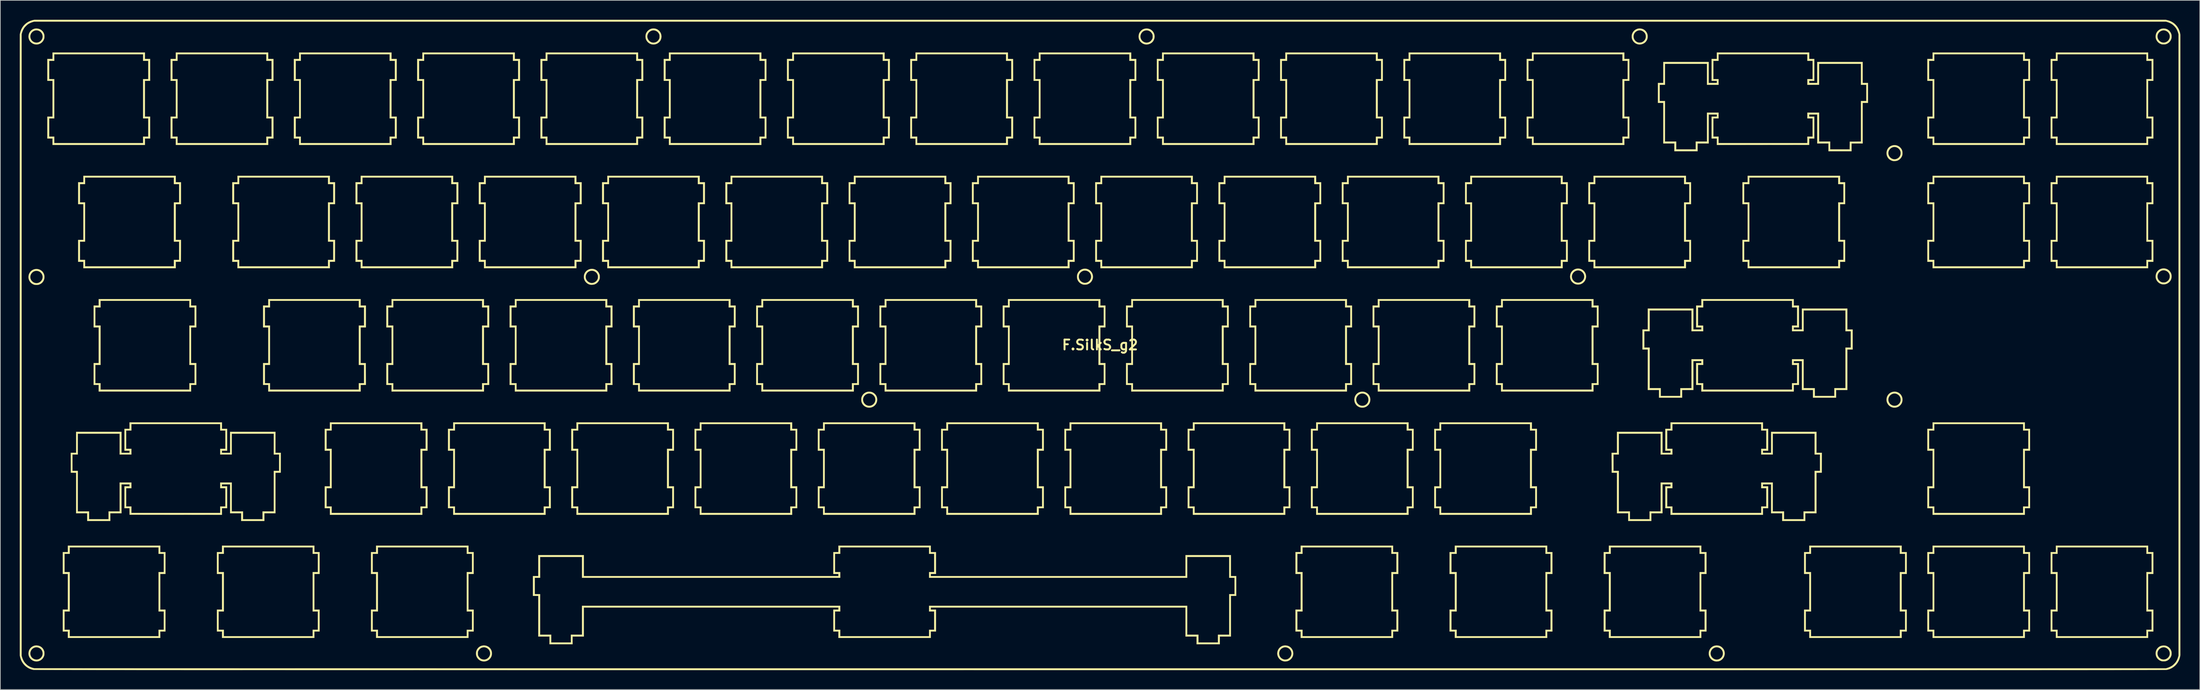
<source format=kicad_pcb>
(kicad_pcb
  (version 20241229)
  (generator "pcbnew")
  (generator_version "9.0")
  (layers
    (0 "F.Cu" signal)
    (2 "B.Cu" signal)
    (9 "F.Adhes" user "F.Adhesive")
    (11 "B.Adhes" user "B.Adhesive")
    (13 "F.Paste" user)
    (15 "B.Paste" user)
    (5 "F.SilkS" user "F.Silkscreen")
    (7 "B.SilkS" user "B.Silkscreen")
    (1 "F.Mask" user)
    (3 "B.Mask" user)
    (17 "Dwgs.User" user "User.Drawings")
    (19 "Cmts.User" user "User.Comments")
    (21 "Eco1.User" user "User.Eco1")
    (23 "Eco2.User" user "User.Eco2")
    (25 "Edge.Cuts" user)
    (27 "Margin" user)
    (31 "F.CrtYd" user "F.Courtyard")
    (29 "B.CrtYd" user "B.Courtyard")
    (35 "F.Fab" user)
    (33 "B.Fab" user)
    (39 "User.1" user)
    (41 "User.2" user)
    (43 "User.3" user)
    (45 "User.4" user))
  (footprint "F.SilkS_g2"
    (layer "F.Cu")
    (at 166.925 50.255)
    (property "Reference" "F.SilkS_g2" (at 0 0 0) (layer "F.SilkS") (effects (font (size 1.524 1.524) (thickness 0.3))))
    (attr through_hole)
    (fp_poly (pts (xy -147.574 -44.196) (xy -146.77 -44.196) (xy -146.77 -40.809) (xy -147.574 -40.809) (xy -147.574 -35.285) (xy -146.77 -35.285) (xy -146.77 -31.898) (xy -147.574 -31.898) (xy -147.574 -30.903) (xy -161.862 -30.903) (xy -161.862 -31.898) (xy -162.666 -31.898) (xy -162.666 -35.285) (xy -161.862 -35.285) (xy -161.862 -40.809) (xy -162.666 -40.809) (xy -162.666 -43.9) (xy -162.369 -43.9) (xy -162.369 -41.084) (xy -161.586 -41.084) (xy -161.586 -35.01) (xy -162.369 -35.01) (xy -162.369 -32.194) (xy -161.586 -32.194) (xy -161.586 -31.2) (xy -147.87 -31.2) (xy -147.87 -32.194) (xy -147.066 -32.194) (xy -147.066 -35.01) (xy -147.87 -35.01) (xy -147.87 -41.084) (xy -147.066 -41.084) (xy -147.066 -43.9) (xy -147.87 -43.9) (xy -147.87 -44.916) (xy -161.586 -44.916) (xy -161.586 -43.9) (xy -162.369 -43.9) (xy -162.666 -43.9) (xy -162.666 -44.196) (xy -161.862 -44.196) (xy -161.862 -45.191) (xy -147.574 -45.191) (xy -147.574 -44.196)) (stroke (width 0.01) (type solid)) (fill yes) (layer "F.SilkS"))
    (fp_poly (pts (xy -145.203 32.004) (xy -144.399 32.004) (xy -144.399 35.391) (xy -145.203 35.391) (xy -145.203 40.894) (xy -144.399 40.894) (xy -144.399 44.281) (xy -145.203 44.281) (xy -145.203 45.276) (xy -159.491 45.276) (xy -159.491 44.281) (xy -160.274 44.281) (xy -160.274 40.894) (xy -159.491 40.894) (xy -159.491 35.391) (xy -160.274 35.391) (xy -160.274 32.279) (xy -159.999 32.279) (xy -159.999 35.094) (xy -159.195 35.094) (xy -159.195 41.19) (xy -159.999 41.19) (xy -159.999 44.005) (xy -159.195 44.005) (xy -159.195 45) (xy -145.478 45) (xy -145.478 44.005) (xy -144.674 44.005) (xy -144.674 41.19) (xy -145.478 41.19) (xy -145.478 35.094) (xy -144.674 35.094) (xy -144.674 32.279) (xy -145.478 32.279) (xy -145.478 31.284) (xy -159.195 31.284) (xy -159.195 32.279) (xy -159.999 32.279) (xy -160.274 32.279) (xy -160.274 32.004) (xy -159.491 32.004) (xy -159.491 31.009) (xy -145.203 31.009) (xy -145.203 32.004)) (stroke (width 0.01) (type solid)) (fill yes) (layer "F.SilkS"))
    (fp_poly (pts (xy -140.441 -6.096) (xy -139.637 -6.096) (xy -139.637 -2.709) (xy -140.441 -2.709) (xy -140.441 2.794) (xy -139.637 2.794) (xy -139.637 6.181) (xy -140.441 6.181) (xy -140.441 7.197) (xy -154.728 7.197) (xy -154.728 6.181) (xy -155.512 6.181) (xy -155.512 2.794) (xy -154.728 2.794) (xy -154.728 -2.709) (xy -155.512 -2.709) (xy -155.512 -5.8) (xy -155.236 -5.8) (xy -155.236 -3.006) (xy -154.432 -3.006) (xy -154.432 3.09) (xy -155.236 3.09) (xy -155.236 5.905) (xy -154.432 5.905) (xy -154.432 6.9) (xy -140.716 6.9) (xy -140.716 5.905) (xy -139.912 5.905) (xy -139.912 3.09) (xy -140.716 3.09) (xy -140.716 -3.006) (xy -139.912 -3.006) (xy -139.912 -5.8) (xy -140.716 -5.8) (xy -140.716 -6.816) (xy -154.432 -6.816) (xy -154.432 -5.8) (xy -155.236 -5.8) (xy -155.512 -5.8) (xy -155.512 -6.096) (xy -154.728 -6.096) (xy -154.728 -7.091) (xy -140.441 -7.091) (xy -140.441 -6.096)) (stroke (width 0.01) (type solid)) (fill yes) (layer "F.SilkS"))
    (fp_poly (pts (xy -128.524 -44.196) (xy -127.72 -44.196) (xy -127.72 -40.809) (xy -128.524 -40.809) (xy -128.524 -35.285) (xy -127.72 -35.285) (xy -127.72 -31.898) (xy -128.524 -31.898) (xy -128.524 -30.903) (xy -142.811 -30.903) (xy -142.811 -31.898) (xy -143.616 -31.898) (xy -143.616 -35.285) (xy -142.811 -35.285) (xy -142.811 -40.809) (xy -143.616 -40.809) (xy -143.616 -43.9) (xy -143.32 -43.9) (xy -143.32 -41.084) (xy -142.536 -41.084) (xy -142.536 -35.01) (xy -143.32 -35.01) (xy -143.32 -32.194) (xy -142.536 -32.194) (xy -142.536 -31.2) (xy -128.82 -31.2) (xy -128.82 -32.194) (xy -128.016 -32.194) (xy -128.016 -35.01) (xy -128.82 -35.01) (xy -128.82 -41.084) (xy -128.016 -41.084) (xy -128.016 -43.9) (xy -128.82 -43.9) (xy -128.82 -44.916) (xy -142.536 -44.916) (xy -142.536 -43.9) (xy -143.32 -43.9) (xy -143.616 -43.9) (xy -143.616 -44.196) (xy -142.811 -44.196) (xy -142.811 -45.191) (xy -128.524 -45.191) (xy -128.524 -44.196)) (stroke (width 0.01) (type solid)) (fill yes) (layer "F.SilkS"))
    (fp_poly (pts (xy -121.391 32.004) (xy -120.587 32.004) (xy -120.587 35.391) (xy -121.391 35.391) (xy -121.391 40.894) (xy -120.587 40.894) (xy -120.587 44.281) (xy -121.391 44.281) (xy -121.391 45.276) (xy -135.678 45.276) (xy -135.678 44.281) (xy -136.462 44.281) (xy -136.462 40.894) (xy -135.678 40.894) (xy -135.678 35.391) (xy -136.462 35.391) (xy -136.462 32.279) (xy -136.186 32.279) (xy -136.186 35.094) (xy -135.382 35.094) (xy -135.382 41.19) (xy -136.186 41.19) (xy -136.186 44.005) (xy -135.382 44.005) (xy -135.382 45) (xy -121.666 45) (xy -121.666 44.005) (xy -120.862 44.005) (xy -120.862 41.19) (xy -121.666 41.19) (xy -121.666 35.094) (xy -120.862 35.094) (xy -120.862 32.279) (xy -121.666 32.279) (xy -121.666 31.284) (xy -135.382 31.284) (xy -135.382 32.279) (xy -136.186 32.279) (xy -136.462 32.279) (xy -136.462 32.004) (xy -135.678 32.004) (xy -135.678 31.009) (xy -121.391 31.009) (xy -121.391 32.004)) (stroke (width 0.01) (type solid)) (fill yes) (layer "F.SilkS"))
    (fp_poly (pts (xy -109.474 -44.196) (xy -108.67 -44.196) (xy -108.67 -40.809) (xy -109.474 -40.809) (xy -109.474 -35.285) (xy -108.67 -35.285) (xy -108.67 -31.898) (xy -109.474 -31.898) (xy -109.474 -30.903) (xy -123.761 -30.903) (xy -123.761 -31.898) (xy -124.566 -31.898) (xy -124.566 -35.285) (xy -123.761 -35.285) (xy -123.761 -40.809) (xy -124.566 -40.809) (xy -124.566 -43.9) (xy -124.269 -43.9) (xy -124.269 -41.084) (xy -123.486 -41.084) (xy -123.486 -35.01) (xy -124.269 -35.01) (xy -124.269 -32.194) (xy -123.486 -32.194) (xy -123.486 -31.2) (xy -109.77 -31.2) (xy -109.77 -32.194) (xy -108.966 -32.194) (xy -108.966 -35.01) (xy -109.77 -35.01) (xy -109.77 -41.084) (xy -108.966 -41.084) (xy -108.966 -43.9) (xy -109.77 -43.9) (xy -109.77 -44.916) (xy -123.486 -44.916) (xy -123.486 -43.9) (xy -124.269 -43.9) (xy -124.566 -43.9) (xy -124.566 -44.196) (xy -123.761 -44.196) (xy -123.761 -45.191) (xy -109.474 -45.191) (xy -109.474 -44.196)) (stroke (width 0.01) (type solid)) (fill yes) (layer "F.SilkS"))
    (fp_poly (pts (xy -104.712 12.954) (xy -103.907 12.954) (xy -103.907 16.341) (xy -104.712 16.341) (xy -104.712 21.844) (xy -103.907 21.844) (xy -103.907 25.231) (xy -104.712 25.231) (xy -104.712 26.247) (xy -118.999 26.247) (xy -118.999 25.231) (xy -119.803 25.231) (xy -119.803 21.844) (xy -118.999 21.844) (xy -118.999 16.341) (xy -119.803 16.341) (xy -119.803 13.229) (xy -119.507 13.229) (xy -119.507 16.044) (xy -118.724 16.044) (xy -118.724 22.14) (xy -119.507 22.14) (xy -119.507 24.956) (xy -118.724 24.956) (xy -118.724 25.95) (xy -105.008 25.95) (xy -105.008 24.956) (xy -104.204 24.956) (xy -104.204 22.14) (xy -105.008 22.14) (xy -105.008 16.044) (xy -104.204 16.044) (xy -104.204 13.229) (xy -105.008 13.229) (xy -105.008 12.234) (xy -118.724 12.234) (xy -118.724 13.229) (xy -119.507 13.229) (xy -119.803 13.229) (xy -119.803 12.954) (xy -118.999 12.954) (xy -118.999 11.959) (xy -104.712 11.959) (xy -104.712 12.954)) (stroke (width 0.01) (type solid)) (fill yes) (layer "F.SilkS"))
    (fp_poly (pts (xy -97.578 32.004) (xy -96.774 32.004) (xy -96.774 35.391) (xy -97.578 35.391) (xy -97.578 40.894) (xy -96.774 40.894) (xy -96.774 44.281) (xy -97.578 44.281) (xy -97.578 45.276) (xy -111.866 45.276) (xy -111.866 44.281) (xy -112.649 44.281) (xy -112.649 40.894) (xy -111.866 40.894) (xy -111.866 35.391) (xy -112.649 35.391) (xy -112.649 32.279) (xy -112.374 32.279) (xy -112.374 35.094) (xy -111.57 35.094) (xy -111.57 41.19) (xy -112.374 41.19) (xy -112.374 44.005) (xy -111.57 44.005) (xy -111.57 45) (xy -97.853 45) (xy -97.853 44.005) (xy -97.049 44.005) (xy -97.049 41.19) (xy -97.853 41.19) (xy -97.853 35.094) (xy -97.049 35.094) (xy -97.049 32.279) (xy -97.853 32.279) (xy -97.853 31.284) (xy -111.57 31.284) (xy -111.57 32.279) (xy -112.374 32.279) (xy -112.649 32.279) (xy -112.649 32.004) (xy -111.866 32.004) (xy -111.866 31.009) (xy -97.578 31.009) (xy -97.578 32.004)) (stroke (width 0.01) (type solid)) (fill yes) (layer "F.SilkS"))
    (fp_poly (pts (xy -90.424 -44.196) (xy -89.62 -44.196) (xy -89.62 -40.809) (xy -90.424 -40.809) (xy -90.424 -35.285) (xy -89.62 -35.285) (xy -89.62 -31.898) (xy -90.424 -31.898) (xy -90.424 -30.903) (xy -104.712 -30.903) (xy -104.712 -31.898) (xy -105.516 -31.898) (xy -105.516 -35.285) (xy -104.712 -35.285) (xy -104.712 -40.809) (xy -105.516 -40.809) (xy -105.516 -43.9) (xy -105.219 -43.9) (xy -105.219 -41.084) (xy -104.436 -41.084) (xy -104.436 -35.01) (xy -105.219 -35.01) (xy -105.219 -32.194) (xy -104.436 -32.194) (xy -104.436 -31.2) (xy -90.72 -31.2) (xy -90.72 -32.194) (xy -89.916 -32.194) (xy -89.916 -35.01) (xy -90.72 -35.01) (xy -90.72 -41.084) (xy -89.916 -41.084) (xy -89.916 -43.9) (xy -90.72 -43.9) (xy -90.72 -44.916) (xy -104.436 -44.916) (xy -104.436 -43.9) (xy -105.219 -43.9) (xy -105.516 -43.9) (xy -105.516 -44.196) (xy -104.712 -44.196) (xy -104.712 -45.191) (xy -90.424 -45.191) (xy -90.424 -44.196)) (stroke (width 0.01) (type solid)) (fill yes) (layer "F.SilkS"))
    (fp_poly (pts (xy -66.612 12.954) (xy -65.828 12.954) (xy -65.828 16.341) (xy -66.612 16.341) (xy -66.612 21.844) (xy -65.828 21.844) (xy -65.828 25.231) (xy -66.612 25.231) (xy -66.612 26.247) (xy -80.899 26.247) (xy -80.899 25.231) (xy -81.703 25.231) (xy -81.703 21.844) (xy -80.899 21.844) (xy -80.899 16.341) (xy -81.703 16.341) (xy -81.703 13.229) (xy -81.407 13.229) (xy -81.407 16.044) (xy -80.624 16.044) (xy -80.624 22.14) (xy -81.407 22.14) (xy -81.407 24.956) (xy -80.624 24.956) (xy -80.624 25.95) (xy -66.908 25.95) (xy -66.908 24.956) (xy -66.103 24.956) (xy -66.103 22.14) (xy -66.908 22.14) (xy -66.908 16.044) (xy -66.103 16.044) (xy -66.103 13.229) (xy -66.908 13.229) (xy -66.908 12.234) (xy -80.624 12.234) (xy -80.624 13.229) (xy -81.407 13.229) (xy -81.703 13.229) (xy -81.703 12.954) (xy -80.899 12.954) (xy -80.899 11.959) (xy -66.612 11.959) (xy -66.612 12.954)) (stroke (width 0.01) (type solid)) (fill yes) (layer "F.SilkS"))
    (fp_poly (pts (xy -57.087 -6.096) (xy -56.303 -6.096) (xy -56.303 -2.709) (xy -57.087 -2.709) (xy -57.087 2.794) (xy -56.303 2.794) (xy -56.303 6.181) (xy -57.087 6.181) (xy -57.087 7.197) (xy -71.374 7.197) (xy -71.374 6.181) (xy -72.178 6.181) (xy -72.178 2.794) (xy -71.374 2.794) (xy -71.374 -2.709) (xy -72.178 -2.709) (xy -72.178 -5.8) (xy -71.882 -5.8) (xy -71.882 -3.006) (xy -71.099 -3.006) (xy -71.099 3.09) (xy -71.882 3.09) (xy -71.882 5.905) (xy -71.099 5.905) (xy -71.099 6.9) (xy -57.383 6.9) (xy -57.383 5.905) (xy -56.578 5.905) (xy -56.578 3.09) (xy -57.383 3.09) (xy -57.383 -3.006) (xy -56.578 -3.006) (xy -56.578 -5.8) (xy -57.383 -5.8) (xy -57.383 -6.816) (xy -71.099 -6.816) (xy -71.099 -5.8) (xy -71.882 -5.8) (xy -72.178 -5.8) (xy -72.178 -6.096) (xy -71.374 -6.096) (xy -71.374 -7.091) (xy -57.087 -7.091) (xy -57.087 -6.096)) (stroke (width 0.01) (type solid)) (fill yes) (layer "F.SilkS"))
    (fp_poly (pts (xy -52.324 -44.196) (xy -51.541 -44.196) (xy -51.541 -40.809) (xy -52.324 -40.809) (xy -52.324 -35.285) (xy -51.541 -35.285) (xy -51.541 -31.898) (xy -52.324 -31.898) (xy -52.324 -30.903) (xy -66.612 -30.903) (xy -66.612 -31.898) (xy -67.416 -31.898) (xy -67.416 -35.285) (xy -66.612 -35.285) (xy -66.612 -40.809) (xy -67.416 -40.809) (xy -67.416 -43.9) (xy -67.12 -43.9) (xy -67.12 -41.084) (xy -66.336 -41.084) (xy -66.336 -35.01) (xy -67.12 -35.01) (xy -67.12 -32.194) (xy -66.336 -32.194) (xy -66.336 -31.2) (xy -52.62 -31.2) (xy -52.62 -32.194) (xy -51.816 -32.194) (xy -51.816 -35.01) (xy -52.62 -35.01) (xy -52.62 -41.084) (xy -51.816 -41.084) (xy -51.816 -43.9) (xy -52.62 -43.9) (xy -52.62 -44.916) (xy -66.336 -44.916) (xy -66.336 -43.9) (xy -67.12 -43.9) (xy -67.416 -43.9) (xy -67.416 -44.196) (xy -66.612 -44.196) (xy -66.612 -45.191) (xy -52.324 -45.191) (xy -52.324 -44.196)) (stroke (width 0.01) (type solid)) (fill yes) (layer "F.SilkS"))
    (fp_poly (pts (xy -47.562 12.954) (xy -46.778 12.954) (xy -46.778 16.341) (xy -47.562 16.341) (xy -47.562 21.844) (xy -46.778 21.844) (xy -46.778 25.231) (xy -47.562 25.231) (xy -47.562 26.247) (xy -61.849 26.247) (xy -61.849 25.231) (xy -62.653 25.231) (xy -62.653 21.844) (xy -61.849 21.844) (xy -61.849 16.341) (xy -62.653 16.341) (xy -62.653 13.229) (xy -62.378 13.229) (xy -62.378 16.044) (xy -61.574 16.044) (xy -61.574 22.14) (xy -62.378 22.14) (xy -62.378 24.956) (xy -61.574 24.956) (xy -61.574 25.95) (xy -47.858 25.95) (xy -47.858 24.956) (xy -47.053 24.956) (xy -47.053 22.14) (xy -47.858 22.14) (xy -47.858 16.044) (xy -47.053 16.044) (xy -47.053 13.229) (xy -47.858 13.229) (xy -47.858 12.234) (xy -61.574 12.234) (xy -61.574 13.229) (xy -62.378 13.229) (xy -62.653 13.229) (xy -62.653 12.954) (xy -61.849 12.954) (xy -61.849 11.959) (xy -47.562 11.959) (xy -47.562 12.954)) (stroke (width 0.01) (type solid)) (fill yes) (layer "F.SilkS"))
    (fp_poly (pts (xy -38.036 -6.096) (xy -37.253 -6.096) (xy -37.253 -2.709) (xy -38.036 -2.709) (xy -38.036 2.794) (xy -37.253 2.794) (xy -37.253 6.181) (xy -38.036 6.181) (xy -38.036 7.197) (xy -52.324 7.197) (xy -52.324 6.181) (xy -53.128 6.181) (xy -53.128 2.794) (xy -52.324 2.794) (xy -52.324 -2.709) (xy -53.128 -2.709) (xy -53.128 -5.8) (xy -52.853 -5.8) (xy -52.853 -3.006) (xy -52.049 -3.006) (xy -52.049 3.09) (xy -52.853 3.09) (xy -52.853 5.905) (xy -52.049 5.905) (xy -52.049 6.9) (xy -38.333 6.9) (xy -38.333 5.905) (xy -37.529 5.905) (xy -37.529 3.09) (xy -38.333 3.09) (xy -38.333 -3.006) (xy -37.529 -3.006) (xy -37.529 -5.8) (xy -38.333 -5.8) (xy -38.333 -6.816) (xy -52.049 -6.816) (xy -52.049 -5.8) (xy -52.853 -5.8) (xy -53.128 -5.8) (xy -53.128 -6.096) (xy -52.324 -6.096) (xy -52.324 -7.091) (xy -38.036 -7.091) (xy -38.036 -6.096)) (stroke (width 0.01) (type solid)) (fill yes) (layer "F.SilkS"))
    (fp_poly (pts (xy -28.512 12.954) (xy -27.728 12.954) (xy -27.728 16.341) (xy -28.512 16.341) (xy -28.512 21.844) (xy -27.728 21.844) (xy -27.728 25.231) (xy -28.512 25.231) (xy -28.512 26.247) (xy -42.799 26.247) (xy -42.799 25.231) (xy -43.603 25.231) (xy -43.603 21.844) (xy -42.799 21.844) (xy -42.799 16.341) (xy -43.603 16.341) (xy -43.603 13.229) (xy -43.328 13.229) (xy -43.328 16.044) (xy -42.524 16.044) (xy -42.524 22.14) (xy -43.328 22.14) (xy -43.328 24.956) (xy -42.524 24.956) (xy -42.524 25.95) (xy -28.808 25.95) (xy -28.808 24.956) (xy -28.003 24.956) (xy -28.003 22.14) (xy -28.808 22.14) (xy -28.808 16.044) (xy -28.003 16.044) (xy -28.003 13.229) (xy -28.808 13.229) (xy -28.808 12.234) (xy -42.524 12.234) (xy -42.524 13.229) (xy -43.328 13.229) (xy -43.603 13.229) (xy -43.603 12.954) (xy -42.799 12.954) (xy -42.799 11.959) (xy -28.512 11.959) (xy -28.512 12.954)) (stroke (width 0.01) (type solid)) (fill yes) (layer "F.SilkS"))
    (fp_poly (pts (xy -18.986 -6.096) (xy -18.203 -6.096) (xy -18.203 -2.709) (xy -18.986 -2.709) (xy -18.986 2.794) (xy -18.203 2.794) (xy -18.203 6.181) (xy -18.986 6.181) (xy -18.986 7.197) (xy -33.274 7.197) (xy -33.274 6.181) (xy -34.078 6.181) (xy -34.078 2.794) (xy -33.274 2.794) (xy -33.274 -2.709) (xy -34.078 -2.709) (xy -34.078 -5.8) (xy -33.803 -5.8) (xy -33.803 -3.006) (xy -32.999 -3.006) (xy -32.999 3.09) (xy -33.803 3.09) (xy -33.803 5.905) (xy -32.999 5.905) (xy -32.999 6.9) (xy -19.283 6.9) (xy -19.283 5.905) (xy -18.479 5.905) (xy -18.479 3.09) (xy -19.283 3.09) (xy -19.283 -3.006) (xy -18.479 -3.006) (xy -18.479 -5.8) (xy -19.283 -5.8) (xy -19.283 -6.816) (xy -32.999 -6.816) (xy -32.999 -5.8) (xy -33.803 -5.8) (xy -34.078 -5.8) (xy -34.078 -6.096) (xy -33.274 -6.096) (xy -33.274 -7.091) (xy -18.986 -7.091) (xy -18.986 -6.096)) (stroke (width 0.01) (type solid)) (fill yes) (layer "F.SilkS"))
    (fp_poly (pts (xy -9.461 12.954) (xy -8.678 12.954) (xy -8.678 16.341) (xy -9.461 16.341) (xy -9.461 21.844) (xy -8.678 21.844) (xy -8.678 25.231) (xy -9.461 25.231) (xy -9.461 26.247) (xy -23.749 26.247) (xy -23.749 25.231) (xy -24.553 25.231) (xy -24.553 21.844) (xy -23.749 21.844) (xy -23.749 16.341) (xy -24.553 16.341) (xy -24.553 13.229) (xy -24.278 13.229) (xy -24.278 16.044) (xy -23.474 16.044) (xy -23.474 22.14) (xy -24.278 22.14) (xy -24.278 24.956) (xy -23.474 24.956) (xy -23.474 25.95) (xy -9.758 25.95) (xy -9.758 24.956) (xy -8.954 24.956) (xy -8.954 22.14) (xy -9.758 22.14) (xy -9.758 16.044) (xy -8.954 16.044) (xy -8.954 13.229) (xy -9.758 13.229) (xy -9.758 12.234) (xy -23.474 12.234) (xy -23.474 13.229) (xy -24.278 13.229) (xy -24.553 13.229) (xy -24.553 12.954) (xy -23.749 12.954) (xy -23.749 11.959) (xy -9.461 11.959) (xy -9.461 12.954)) (stroke (width 0.01) (type solid)) (fill yes) (layer "F.SilkS"))
    (fp_poly (pts (xy -4.699 -25.146) (xy -3.916 -25.146) (xy -3.916 -21.759) (xy -4.699 -21.759) (xy -4.699 -16.235) (xy -3.916 -16.235) (xy -3.916 -12.848) (xy -4.699 -12.848) (xy -4.699 -11.853) (xy -18.986 -11.853) (xy -18.986 -12.848) (xy -19.791 -12.848) (xy -19.791 -16.235) (xy -18.986 -16.235) (xy -18.986 -21.759) (xy -19.791 -21.759) (xy -19.791 -24.85) (xy -19.516 -24.85) (xy -19.516 -22.035) (xy -18.711 -22.035) (xy -18.711 -15.96) (xy -19.516 -15.96) (xy -19.516 -13.145) (xy -18.711 -13.145) (xy -18.711 -12.15) (xy -4.995 -12.15) (xy -4.995 -13.145) (xy -4.191 -13.145) (xy -4.191 -15.96) (xy -4.995 -15.96) (xy -4.995 -22.035) (xy -4.191 -22.035) (xy -4.191 -24.85) (xy -4.995 -24.85) (xy -4.995 -25.866) (xy -18.711 -25.866) (xy -18.711 -24.85) (xy -19.516 -24.85) (xy -19.791 -24.85) (xy -19.791 -25.146) (xy -18.986 -25.146) (xy -18.986 -26.141) (xy -4.699 -26.141) (xy -4.699 -25.146)) (stroke (width 0.01) (type solid)) (fill yes) (layer "F.SilkS"))
    (fp_poly (pts (xy 0.064 -6.096) (xy 0.847 -6.096) (xy 0.847 -2.709) (xy 0.064 -2.709) (xy 0.064 2.794) (xy 0.847 2.794) (xy 0.847 6.181) (xy 0.064 6.181) (xy 0.064 7.197) (xy -14.224 7.197) (xy -14.224 6.181) (xy -15.028 6.181) (xy -15.028 2.794) (xy -14.224 2.794) (xy -14.224 -2.709) (xy -15.028 -2.709) (xy -15.028 -5.8) (xy -14.753 -5.8) (xy -14.753 -3.006) (xy -13.949 -3.006) (xy -13.949 3.09) (xy -14.753 3.09) (xy -14.753 5.905) (xy -13.949 5.905) (xy -13.949 6.9) (xy -0.233 6.9) (xy -0.233 5.905) (xy 0.572 5.905) (xy 0.572 3.09) (xy -0.233 3.09) (xy -0.233 -3.006) (xy 0.572 -3.006) (xy 0.572 -5.8) (xy -0.233 -5.8) (xy -0.233 -6.816) (xy -13.949 -6.816) (xy -13.949 -5.8) (xy -14.753 -5.8) (xy -15.028 -5.8) (xy -15.028 -6.096) (xy -14.224 -6.096) (xy -14.224 -7.091) (xy 0.064 -7.091) (xy 0.064 -6.096)) (stroke (width 0.01) (type solid)) (fill yes) (layer "F.SilkS"))
    (fp_poly (pts (xy 4.826 -44.196) (xy 5.609 -44.196) (xy 5.609 -40.809) (xy 4.826 -40.809) (xy 4.826 -35.285) (xy 5.609 -35.285) (xy 5.609 -31.898) (xy 4.826 -31.898) (xy 4.826 -30.903) (xy -9.461 -30.903) (xy -9.461 -31.898) (xy -10.266 -31.898) (xy -10.266 -35.285) (xy -9.461 -35.285) (xy -9.461 -40.809) (xy -10.266 -40.809) (xy -10.266 -43.9) (xy -9.991 -43.9) (xy -9.991 -41.084) (xy -9.186 -41.084) (xy -9.186 -35.01) (xy -9.991 -35.01) (xy -9.991 -32.194) (xy -9.186 -32.194) (xy -9.186 -31.2) (xy 4.53 -31.2) (xy 4.53 -32.194) (xy 5.334 -32.194) (xy 5.334 -35.01) (xy 4.53 -35.01) (xy 4.53 -41.084) (xy 5.334 -41.084) (xy 5.334 -43.9) (xy 4.53 -43.9) (xy 4.53 -44.916) (xy -9.186 -44.916) (xy -9.186 -43.9) (xy -9.991 -43.9) (xy -10.266 -43.9) (xy -10.266 -44.196) (xy -9.461 -44.196) (xy -9.461 -45.191) (xy 4.826 -45.191) (xy 4.826 -44.196)) (stroke (width 0.01) (type solid)) (fill yes) (layer "F.SilkS"))
    (fp_poly (pts (xy 9.588 12.954) (xy 10.372 12.954) (xy 10.372 16.341) (xy 9.588 16.341) (xy 9.588 21.844) (xy 10.372 21.844) (xy 10.372 25.231) (xy 9.588 25.231) (xy 9.588 26.247) (xy -4.699 26.247) (xy -4.699 25.231) (xy -5.503 25.231) (xy -5.503 21.844) (xy -4.699 21.844) (xy -4.699 16.341) (xy -5.503 16.341) (xy -5.503 13.229) (xy -5.228 13.229) (xy -5.228 16.044) (xy -4.424 16.044) (xy -4.424 22.14) (xy -5.228 22.14) (xy -5.228 24.956) (xy -4.424 24.956) (xy -4.424 25.95) (xy 9.292 25.95) (xy 9.292 24.956) (xy 10.097 24.956) (xy 10.097 22.14) (xy 9.292 22.14) (xy 9.292 16.044) (xy 10.097 16.044) (xy 10.097 13.229) (xy 9.292 13.229) (xy 9.292 12.234) (xy -4.424 12.234) (xy -4.424 13.229) (xy -5.228 13.229) (xy -5.503 13.229) (xy -5.503 12.954) (xy -4.699 12.954) (xy -4.699 11.959) (xy 9.588 11.959) (xy 9.588 12.954)) (stroke (width 0.01) (type solid)) (fill yes) (layer "F.SilkS"))
    (fp_poly (pts (xy 14.351 -25.146) (xy 15.134 -25.146) (xy 15.134 -21.759) (xy 14.351 -21.759) (xy 14.351 -16.235) (xy 15.134 -16.235) (xy 15.134 -12.848) (xy 14.351 -12.848) (xy 14.351 -11.853) (xy 0.064 -11.853) (xy 0.064 -12.848) (xy -0.741 -12.848) (xy -0.741 -16.235) (xy 0.064 -16.235) (xy 0.064 -21.759) (xy -0.741 -21.759) (xy -0.741 -24.85) (xy -0.466 -24.85) (xy -0.466 -22.035) (xy 0.339 -22.035) (xy 0.339 -15.96) (xy -0.466 -15.96) (xy -0.466 -13.145) (xy 0.339 -13.145) (xy 0.339 -12.15) (xy 14.055 -12.15) (xy 14.055 -13.145) (xy 14.859 -13.145) (xy 14.859 -15.96) (xy 14.055 -15.96) (xy 14.055 -22.035) (xy 14.859 -22.035) (xy 14.859 -24.85) (xy 14.055 -24.85) (xy 14.055 -25.866) (xy 0.339 -25.866) (xy 0.339 -24.85) (xy -0.466 -24.85) (xy -0.741 -24.85) (xy -0.741 -25.146) (xy 0.064 -25.146) (xy 0.064 -26.141) (xy 14.351 -26.141) (xy 14.351 -25.146)) (stroke (width 0.01) (type solid)) (fill yes) (layer "F.SilkS"))
    (fp_poly (pts (xy 19.113 -6.096) (xy 19.897 -6.096) (xy 19.897 -2.709) (xy 19.113 -2.709) (xy 19.113 2.794) (xy 19.897 2.794) (xy 19.897 6.181) (xy 19.113 6.181) (xy 19.113 7.197) (xy 4.826 7.197) (xy 4.826 6.181) (xy 4.022 6.181) (xy 4.022 2.794) (xy 4.826 2.794) (xy 4.826 -2.709) (xy 4.022 -2.709) (xy 4.022 -5.8) (xy 4.297 -5.8) (xy 4.297 -3.006) (xy 5.101 -3.006) (xy 5.101 3.09) (xy 4.297 3.09) (xy 4.297 5.905) (xy 5.101 5.905) (xy 5.101 6.9) (xy 18.817 6.9) (xy 18.817 5.905) (xy 19.622 5.905) (xy 19.622 3.09) (xy 18.817 3.09) (xy 18.817 -3.006) (xy 19.622 -3.006) (xy 19.622 -5.8) (xy 18.817 -5.8) (xy 18.817 -6.816) (xy 5.101 -6.816) (xy 5.101 -5.8) (xy 4.297 -5.8) (xy 4.022 -5.8) (xy 4.022 -6.096) (xy 4.826 -6.096) (xy 4.826 -7.091) (xy 19.113 -7.091) (xy 19.113 -6.096)) (stroke (width 0.01) (type solid)) (fill yes) (layer "F.SilkS"))
    (fp_poly (pts (xy 23.876 -44.196) (xy 24.659 -44.196) (xy 24.659 -40.809) (xy 23.876 -40.809) (xy 23.876 -35.285) (xy 24.659 -35.285) (xy 24.659 -31.898) (xy 23.876 -31.898) (xy 23.876 -30.903) (xy 9.588 -30.903) (xy 9.588 -31.898) (xy 8.784 -31.898) (xy 8.784 -35.285) (xy 9.588 -35.285) (xy 9.588 -40.809) (xy 8.784 -40.809) (xy 8.784 -43.9) (xy 9.059 -43.9) (xy 9.059 -41.084) (xy 9.864 -41.084) (xy 9.864 -35.01) (xy 9.059 -35.01) (xy 9.059 -32.194) (xy 9.864 -32.194) (xy 9.864 -31.2) (xy 23.58 -31.2) (xy 23.58 -32.194) (xy 24.384 -32.194) (xy 24.384 -35.01) (xy 23.58 -35.01) (xy 23.58 -41.084) (xy 24.384 -41.084) (xy 24.384 -43.9) (xy 23.58 -43.9) (xy 23.58 -44.916) (xy 9.864 -44.916) (xy 9.864 -43.9) (xy 9.059 -43.9) (xy 8.784 -43.9) (xy 8.784 -44.196) (xy 9.588 -44.196) (xy 9.588 -45.191) (xy 23.876 -45.191) (xy 23.876 -44.196)) (stroke (width 0.01) (type solid)) (fill yes) (layer "F.SilkS"))
    (fp_poly (pts (xy 28.639 12.954) (xy 29.422 12.954) (xy 29.422 16.341) (xy 28.639 16.341) (xy 28.639 21.844) (xy 29.422 21.844) (xy 29.422 25.231) (xy 28.639 25.231) (xy 28.639 26.247) (xy 14.351 26.247) (xy 14.351 25.231) (xy 13.547 25.231) (xy 13.547 21.844) (xy 14.351 21.844) (xy 14.351 16.341) (xy 13.547 16.341) (xy 13.547 13.229) (xy 13.822 13.229) (xy 13.822 16.044) (xy 14.626 16.044) (xy 14.626 22.14) (xy 13.822 22.14) (xy 13.822 24.956) (xy 14.626 24.956) (xy 14.626 25.95) (xy 28.342 25.95) (xy 28.342 24.956) (xy 29.146 24.956) (xy 29.146 22.14) (xy 28.342 22.14) (xy 28.342 16.044) (xy 29.146 16.044) (xy 29.146 13.229) (xy 28.342 13.229) (xy 28.342 12.234) (xy 14.626 12.234) (xy 14.626 13.229) (xy 13.822 13.229) (xy 13.547 13.229) (xy 13.547 12.954) (xy 14.351 12.954) (xy 14.351 11.959) (xy 28.639 11.959) (xy 28.639 12.954)) (stroke (width 0.01) (type solid)) (fill yes) (layer "F.SilkS"))
    (fp_poly (pts (xy 33.401 -25.146) (xy 34.184 -25.146) (xy 34.184 -21.759) (xy 33.401 -21.759) (xy 33.401 -16.235) (xy 34.184 -16.235) (xy 34.184 -12.848) (xy 33.401 -12.848) (xy 33.401 -11.853) (xy 19.113 -11.853) (xy 19.113 -12.848) (xy 18.309 -12.848) (xy 18.309 -16.235) (xy 19.113 -16.235) (xy 19.113 -21.759) (xy 18.309 -21.759) (xy 18.309 -24.85) (xy 18.584 -24.85) (xy 18.584 -22.035) (xy 19.389 -22.035) (xy 19.389 -15.96) (xy 18.584 -15.96) (xy 18.584 -13.145) (xy 19.389 -13.145) (xy 19.389 -12.15) (xy 33.105 -12.15) (xy 33.105 -13.145) (xy 33.909 -13.145) (xy 33.909 -15.96) (xy 33.105 -15.96) (xy 33.105 -22.035) (xy 33.909 -22.035) (xy 33.909 -24.85) (xy 33.105 -24.85) (xy 33.105 -25.866) (xy 19.389 -25.866) (xy 19.389 -24.85) (xy 18.584 -24.85) (xy 18.309 -24.85) (xy 18.309 -25.146) (xy 19.113 -25.146) (xy 19.113 -26.141) (xy 33.401 -26.141) (xy 33.401 -25.146)) (stroke (width 0.01) (type solid)) (fill yes) (layer "F.SilkS"))
    (fp_poly (pts (xy 38.163 -6.096) (xy 38.947 -6.096) (xy 38.947 -2.709) (xy 38.163 -2.709) (xy 38.163 2.794) (xy 38.947 2.794) (xy 38.947 6.181) (xy 38.163 6.181) (xy 38.163 7.197) (xy 23.876 7.197) (xy 23.876 6.181) (xy 23.072 6.181) (xy 23.072 2.794) (xy 23.876 2.794) (xy 23.876 -2.709) (xy 23.072 -2.709) (xy 23.072 -5.8) (xy 23.347 -5.8) (xy 23.347 -3.006) (xy 24.151 -3.006) (xy 24.151 3.09) (xy 23.347 3.09) (xy 23.347 5.905) (xy 24.151 5.905) (xy 24.151 6.9) (xy 37.867 6.9) (xy 37.867 5.905) (xy 38.672 5.905) (xy 38.672 3.09) (xy 37.867 3.09) (xy 37.867 -3.006) (xy 38.672 -3.006) (xy 38.672 -5.8) (xy 37.867 -5.8) (xy 37.867 -6.816) (xy 24.151 -6.816) (xy 24.151 -5.8) (xy 23.347 -5.8) (xy 23.072 -5.8) (xy 23.072 -6.096) (xy 23.876 -6.096) (xy 23.876 -7.091) (xy 38.163 -7.091) (xy 38.163 -6.096)) (stroke (width 0.01) (type solid)) (fill yes) (layer "F.SilkS"))
    (fp_poly (pts (xy 42.926 -44.196) (xy 43.709 -44.196) (xy 43.709 -40.809) (xy 42.926 -40.809) (xy 42.926 -35.285) (xy 43.709 -35.285) (xy 43.709 -31.898) (xy 42.926 -31.898) (xy 42.926 -30.903) (xy 28.639 -30.903) (xy 28.639 -31.898) (xy 27.834 -31.898) (xy 27.834 -35.285) (xy 28.639 -35.285) (xy 28.639 -40.809) (xy 27.834 -40.809) (xy 27.834 -43.9) (xy 28.109 -43.9) (xy 28.109 -41.084) (xy 28.914 -41.084) (xy 28.914 -35.01) (xy 28.109 -35.01) (xy 28.109 -32.194) (xy 28.914 -32.194) (xy 28.914 -31.2) (xy 42.63 -31.2) (xy 42.63 -32.194) (xy 43.434 -32.194) (xy 43.434 -35.01) (xy 42.63 -35.01) (xy 42.63 -41.084) (xy 43.434 -41.084) (xy 43.434 -43.9) (xy 42.63 -43.9) (xy 42.63 -44.916) (xy 28.914 -44.916) (xy 28.914 -43.9) (xy 28.109 -43.9) (xy 27.834 -43.9) (xy 27.834 -44.196) (xy 28.639 -44.196) (xy 28.639 -45.191) (xy 42.926 -45.191) (xy 42.926 -44.196)) (stroke (width 0.01) (type solid)) (fill yes) (layer "F.SilkS"))
    (fp_poly (pts (xy 45.297 32.004) (xy 46.101 32.004) (xy 46.101 35.391) (xy 45.297 35.391) (xy 45.297 40.894) (xy 46.101 40.894) (xy 46.101 44.281) (xy 45.297 44.281) (xy 45.297 45.276) (xy 31.009 45.276) (xy 31.009 44.281) (xy 30.205 44.281) (xy 30.205 40.894) (xy 31.009 40.894) (xy 31.009 35.391) (xy 30.205 35.391) (xy 30.205 32.279) (xy 30.501 32.279) (xy 30.501 35.094) (xy 31.305 35.094) (xy 31.305 41.19) (xy 30.501 41.19) (xy 30.501 44.005) (xy 31.305 44.005) (xy 31.305 45) (xy 45.022 45) (xy 45.022 44.005) (xy 45.805 44.005) (xy 45.805 41.19) (xy 45.022 41.19) (xy 45.022 35.094) (xy 45.805 35.094) (xy 45.805 32.279) (xy 45.022 32.279) (xy 45.022 31.284) (xy 31.305 31.284) (xy 31.305 32.279) (xy 30.501 32.279) (xy 30.205 32.279) (xy 30.205 32.004) (xy 31.009 32.004) (xy 31.009 31.009) (xy 45.297 31.009) (xy 45.297 32.004)) (stroke (width 0.01) (type solid)) (fill yes) (layer "F.SilkS"))
    (fp_poly (pts (xy 47.688 12.954) (xy 48.472 12.954) (xy 48.472 16.341) (xy 47.688 16.341) (xy 47.688 21.844) (xy 48.472 21.844) (xy 48.472 25.231) (xy 47.688 25.231) (xy 47.688 26.247) (xy 33.401 26.247) (xy 33.401 25.231) (xy 32.597 25.231) (xy 32.597 21.844) (xy 33.401 21.844) (xy 33.401 16.341) (xy 32.597 16.341) (xy 32.597 13.229) (xy 32.872 13.229) (xy 32.872 16.044) (xy 33.676 16.044) (xy 33.676 22.14) (xy 32.872 22.14) (xy 32.872 24.956) (xy 33.676 24.956) (xy 33.676 25.95) (xy 47.392 25.95) (xy 47.392 24.956) (xy 48.197 24.956) (xy 48.197 22.14) (xy 47.392 22.14) (xy 47.392 16.044) (xy 48.197 16.044) (xy 48.197 13.229) (xy 47.392 13.229) (xy 47.392 12.234) (xy 33.676 12.234) (xy 33.676 13.229) (xy 32.872 13.229) (xy 32.597 13.229) (xy 32.597 12.954) (xy 33.401 12.954) (xy 33.401 11.959) (xy 47.688 11.959) (xy 47.688 12.954)) (stroke (width 0.01) (type solid)) (fill yes) (layer "F.SilkS"))
    (fp_poly (pts (xy 52.451 -25.146) (xy 53.234 -25.146) (xy 53.234 -21.759) (xy 52.451 -21.759) (xy 52.451 -16.235) (xy 53.234 -16.235) (xy 53.234 -12.848) (xy 52.451 -12.848) (xy 52.451 -11.853) (xy 38.163 -11.853) (xy 38.163 -12.848) (xy 37.359 -12.848) (xy 37.359 -16.235) (xy 38.163 -16.235) (xy 38.163 -21.759) (xy 37.359 -21.759) (xy 37.359 -24.85) (xy 37.634 -24.85) (xy 37.634 -22.035) (xy 38.439 -22.035) (xy 38.439 -15.96) (xy 37.634 -15.96) (xy 37.634 -13.145) (xy 38.439 -13.145) (xy 38.439 -12.15) (xy 52.155 -12.15) (xy 52.155 -13.145) (xy 52.959 -13.145) (xy 52.959 -15.96) (xy 52.155 -15.96) (xy 52.155 -22.035) (xy 52.959 -22.035) (xy 52.959 -24.85) (xy 52.155 -24.85) (xy 52.155 -25.866) (xy 38.439 -25.866) (xy 38.439 -24.85) (xy 37.634 -24.85) (xy 37.359 -24.85) (xy 37.359 -25.146) (xy 38.163 -25.146) (xy 38.163 -26.141) (xy 52.451 -26.141) (xy 52.451 -25.146)) (stroke (width 0.01) (type solid)) (fill yes) (layer "F.SilkS"))
    (fp_poly (pts (xy 57.214 -6.096) (xy 57.997 -6.096) (xy 57.997 -2.709) (xy 57.214 -2.709) (xy 57.214 2.794) (xy 57.997 2.794) (xy 57.997 6.181) (xy 57.214 6.181) (xy 57.214 7.197) (xy 42.926 7.197) (xy 42.926 6.181) (xy 42.122 6.181) (xy 42.122 2.794) (xy 42.926 2.794) (xy 42.926 -2.709) (xy 42.122 -2.709) (xy 42.122 -5.8) (xy 42.397 -5.8) (xy 42.397 -3.006) (xy 43.201 -3.006) (xy 43.201 3.09) (xy 42.397 3.09) (xy 42.397 5.905) (xy 43.201 5.905) (xy 43.201 6.9) (xy 56.917 6.9) (xy 56.917 5.905) (xy 57.721 5.905) (xy 57.721 3.09) (xy 56.917 3.09) (xy 56.917 -3.006) (xy 57.721 -3.006) (xy 57.721 -5.8) (xy 56.917 -5.8) (xy 56.917 -6.816) (xy 43.201 -6.816) (xy 43.201 -5.8) (xy 42.397 -5.8) (xy 42.122 -5.8) (xy 42.122 -6.096) (xy 42.926 -6.096) (xy 42.926 -7.091) (xy 57.214 -7.091) (xy 57.214 -6.096)) (stroke (width 0.01) (type solid)) (fill yes) (layer "F.SilkS"))
    (fp_poly (pts (xy 61.976 -44.196) (xy 62.759 -44.196) (xy 62.759 -40.809) (xy 61.976 -40.809) (xy 61.976 -35.285) (xy 62.759 -35.285) (xy 62.759 -31.898) (xy 61.976 -31.898) (xy 61.976 -30.903) (xy 47.688 -30.903) (xy 47.688 -31.898) (xy 46.884 -31.898) (xy 46.884 -35.285) (xy 47.688 -35.285) (xy 47.688 -40.809) (xy 46.884 -40.809) (xy 46.884 -43.9) (xy 47.159 -43.9) (xy 47.159 -41.084) (xy 47.964 -41.084) (xy 47.964 -35.01) (xy 47.159 -35.01) (xy 47.159 -32.194) (xy 47.964 -32.194) (xy 47.964 -31.2) (xy 61.68 -31.2) (xy 61.68 -32.194) (xy 62.484 -32.194) (xy 62.484 -35.01) (xy 61.68 -35.01) (xy 61.68 -41.084) (xy 62.484 -41.084) (xy 62.484 -43.9) (xy 61.68 -43.9) (xy 61.68 -44.916) (xy 47.964 -44.916) (xy 47.964 -43.9) (xy 47.159 -43.9) (xy 46.884 -43.9) (xy 46.884 -44.196) (xy 47.688 -44.196) (xy 47.688 -45.191) (xy 61.976 -45.191) (xy 61.976 -44.196)) (stroke (width 0.01) (type solid)) (fill yes) (layer "F.SilkS"))
    (fp_poly (pts (xy 66.739 12.954) (xy 67.522 12.954) (xy 67.522 16.341) (xy 66.739 16.341) (xy 66.739 21.844) (xy 67.522 21.844) (xy 67.522 25.231) (xy 66.739 25.231) (xy 66.739 26.247) (xy 52.451 26.247) (xy 52.451 25.231) (xy 51.647 25.231) (xy 51.647 21.844) (xy 52.451 21.844) (xy 52.451 16.341) (xy 51.647 16.341) (xy 51.647 13.229) (xy 51.922 13.229) (xy 51.922 16.044) (xy 52.726 16.044) (xy 52.726 22.14) (xy 51.922 22.14) (xy 51.922 24.956) (xy 52.726 24.956) (xy 52.726 25.95) (xy 66.442 25.95) (xy 66.442 24.956) (xy 67.246 24.956) (xy 67.246 22.14) (xy 66.442 22.14) (xy 66.442 16.044) (xy 67.246 16.044) (xy 67.246 13.229) (xy 66.442 13.229) (xy 66.442 12.234) (xy 52.726 12.234) (xy 52.726 13.229) (xy 51.922 13.229) (xy 51.647 13.229) (xy 51.647 12.954) (xy 52.451 12.954) (xy 52.451 11.959) (xy 66.739 11.959) (xy 66.739 12.954)) (stroke (width 0.01) (type solid)) (fill yes) (layer "F.SilkS"))
    (fp_poly (pts (xy 69.109 32.004) (xy 69.913 32.004) (xy 69.913 35.391) (xy 69.109 35.391) (xy 69.109 40.894) (xy 69.913 40.894) (xy 69.913 44.281) (xy 69.109 44.281) (xy 69.109 45.276) (xy 54.822 45.276) (xy 54.822 44.281) (xy 54.017 44.281) (xy 54.017 40.894) (xy 54.822 40.894) (xy 54.822 35.391) (xy 54.017 35.391) (xy 54.017 32.279) (xy 54.314 32.279) (xy 54.314 35.094) (xy 55.118 35.094) (xy 55.118 41.19) (xy 54.314 41.19) (xy 54.314 44.005) (xy 55.118 44.005) (xy 55.118 45) (xy 68.834 45) (xy 68.834 44.005) (xy 69.617 44.005) (xy 69.617 41.19) (xy 68.834 41.19) (xy 68.834 35.094) (xy 69.617 35.094) (xy 69.617 32.279) (xy 68.834 32.279) (xy 68.834 31.284) (xy 55.118 31.284) (xy 55.118 32.279) (xy 54.314 32.279) (xy 54.017 32.279) (xy 54.017 32.004) (xy 54.822 32.004) (xy 54.822 31.009) (xy 69.109 31.009) (xy 69.109 32.004)) (stroke (width 0.01) (type solid)) (fill yes) (layer "F.SilkS"))
    (fp_poly (pts (xy 71.501 -25.146) (xy 72.284 -25.146) (xy 72.284 -21.759) (xy 71.501 -21.759) (xy 71.501 -16.235) (xy 72.284 -16.235) (xy 72.284 -12.848) (xy 71.501 -12.848) (xy 71.501 -11.853) (xy 57.214 -11.853) (xy 57.214 -12.848) (xy 56.409 -12.848) (xy 56.409 -16.235) (xy 57.214 -16.235) (xy 57.214 -21.759) (xy 56.409 -21.759) (xy 56.409 -24.85) (xy 56.684 -24.85) (xy 56.684 -22.035) (xy 57.489 -22.035) (xy 57.489 -15.96) (xy 56.684 -15.96) (xy 56.684 -13.145) (xy 57.489 -13.145) (xy 57.489 -12.15) (xy 71.205 -12.15) (xy 71.205 -13.145) (xy 72.009 -13.145) (xy 72.009 -15.96) (xy 71.205 -15.96) (xy 71.205 -22.035) (xy 72.009 -22.035) (xy 72.009 -24.85) (xy 71.205 -24.85) (xy 71.205 -25.866) (xy 57.489 -25.866) (xy 57.489 -24.85) (xy 56.684 -24.85) (xy 56.409 -24.85) (xy 56.409 -25.146) (xy 57.214 -25.146) (xy 57.214 -26.141) (xy 71.501 -26.141) (xy 71.501 -25.146)) (stroke (width 0.01) (type solid)) (fill yes) (layer "F.SilkS"))
    (fp_poly (pts (xy 76.263 -6.096) (xy 77.047 -6.096) (xy 77.047 -2.709) (xy 76.263 -2.709) (xy 76.263 2.794) (xy 77.047 2.794) (xy 77.047 6.181) (xy 76.263 6.181) (xy 76.263 7.197) (xy 61.976 7.197) (xy 61.976 6.181) (xy 61.172 6.181) (xy 61.172 2.794) (xy 61.976 2.794) (xy 61.976 -2.709) (xy 61.172 -2.709) (xy 61.172 -5.8) (xy 61.447 -5.8) (xy 61.447 -3.006) (xy 62.251 -3.006) (xy 62.251 3.09) (xy 61.447 3.09) (xy 61.447 5.905) (xy 62.251 5.905) (xy 62.251 6.9) (xy 75.967 6.9) (xy 75.967 5.905) (xy 76.772 5.905) (xy 76.772 3.09) (xy 75.967 3.09) (xy 75.967 -3.006) (xy 76.772 -3.006) (xy 76.772 -5.8) (xy 75.967 -5.8) (xy 75.967 -6.816) (xy 62.251 -6.816) (xy 62.251 -5.8) (xy 61.447 -5.8) (xy 61.172 -5.8) (xy 61.172 -6.096) (xy 61.976 -6.096) (xy 61.976 -7.091) (xy 76.263 -7.091) (xy 76.263 -6.096)) (stroke (width 0.01) (type solid)) (fill yes) (layer "F.SilkS"))
    (fp_poly (pts (xy 81.026 -44.196) (xy 81.809 -44.196) (xy 81.809 -40.809) (xy 81.026 -40.809) (xy 81.026 -35.285) (xy 81.809 -35.285) (xy 81.809 -31.898) (xy 81.026 -31.898) (xy 81.026 -30.903) (xy 66.739 -30.903) (xy 66.739 -31.898) (xy 65.934 -31.898) (xy 65.934 -35.285) (xy 66.739 -35.285) (xy 66.739 -40.809) (xy 65.934 -40.809) (xy 65.934 -43.9) (xy 66.209 -43.9) (xy 66.209 -41.084) (xy 67.014 -41.084) (xy 67.014 -35.01) (xy 66.209 -35.01) (xy 66.209 -32.194) (xy 67.014 -32.194) (xy 67.014 -31.2) (xy 80.73 -31.2) (xy 80.73 -32.194) (xy 81.534 -32.194) (xy 81.534 -35.01) (xy 80.73 -35.01) (xy 80.73 -41.084) (xy 81.534 -41.084) (xy 81.534 -43.9) (xy 80.73 -43.9) (xy 80.73 -44.916) (xy 67.014 -44.916) (xy 67.014 -43.9) (xy 66.209 -43.9) (xy 65.934 -43.9) (xy 65.934 -44.196) (xy 66.739 -44.196) (xy 66.739 -45.191) (xy 81.026 -45.191) (xy 81.026 -44.196)) (stroke (width 0.01) (type solid)) (fill yes) (layer "F.SilkS"))
    (fp_poly (pts (xy 90.551 -25.146) (xy 91.334 -25.146) (xy 91.334 -21.759) (xy 90.551 -21.759) (xy 90.551 -16.235) (xy 91.334 -16.235) (xy 91.334 -12.848) (xy 90.551 -12.848) (xy 90.551 -11.853) (xy 76.263 -11.853) (xy 76.263 -12.848) (xy 75.459 -12.848) (xy 75.459 -16.235) (xy 76.263 -16.235) (xy 76.263 -21.759) (xy 75.459 -21.759) (xy 75.459 -24.85) (xy 75.734 -24.85) (xy 75.734 -22.035) (xy 76.539 -22.035) (xy 76.539 -15.96) (xy 75.734 -15.96) (xy 75.734 -13.145) (xy 76.539 -13.145) (xy 76.539 -12.15) (xy 90.255 -12.15) (xy 90.255 -13.145) (xy 91.059 -13.145) (xy 91.059 -15.96) (xy 90.255 -15.96) (xy 90.255 -22.035) (xy 91.059 -22.035) (xy 91.059 -24.85) (xy 90.255 -24.85) (xy 90.255 -25.866) (xy 76.539 -25.866) (xy 76.539 -24.85) (xy 75.734 -24.85) (xy 75.459 -24.85) (xy 75.459 -25.146) (xy 76.263 -25.146) (xy 76.263 -26.141) (xy 90.551 -26.141) (xy 90.551 -25.146)) (stroke (width 0.01) (type solid)) (fill yes) (layer "F.SilkS"))
    (fp_poly (pts (xy 92.922 32.004) (xy 93.726 32.004) (xy 93.726 35.391) (xy 92.922 35.391) (xy 92.922 40.894) (xy 93.726 40.894) (xy 93.726 44.281) (xy 92.922 44.281) (xy 92.922 45.276) (xy 78.634 45.276) (xy 78.634 44.281) (xy 77.83 44.281) (xy 77.83 40.894) (xy 78.634 40.894) (xy 78.634 35.391) (xy 77.83 35.391) (xy 77.83 32.279) (xy 78.126 32.279) (xy 78.126 35.094) (xy 78.93 35.094) (xy 78.93 41.19) (xy 78.126 41.19) (xy 78.126 44.005) (xy 78.93 44.005) (xy 78.93 45) (xy 92.647 45) (xy 92.647 44.005) (xy 93.43 44.005) (xy 93.43 41.19) (xy 92.647 41.19) (xy 92.647 35.094) (xy 93.43 35.094) (xy 93.43 32.279) (xy 92.647 32.279) (xy 92.647 31.284) (xy 78.93 31.284) (xy 78.93 32.279) (xy 78.126 32.279) (xy 77.83 32.279) (xy 77.83 32.004) (xy 78.634 32.004) (xy 78.634 31.009) (xy 92.922 31.009) (xy 92.922 32.004)) (stroke (width 0.01) (type solid)) (fill yes) (layer "F.SilkS"))
    (fp_poly (pts (xy 114.364 -25.146) (xy 115.147 -25.146) (xy 115.147 -21.759) (xy 114.364 -21.759) (xy 114.364 -16.235) (xy 115.147 -16.235) (xy 115.147 -12.848) (xy 114.364 -12.848) (xy 114.364 -11.853) (xy 100.076 -11.853) (xy 100.076 -12.848) (xy 99.272 -12.848) (xy 99.272 -16.235) (xy 100.076 -16.235) (xy 100.076 -21.759) (xy 99.272 -21.759) (xy 99.272 -24.85) (xy 99.547 -24.85) (xy 99.547 -22.035) (xy 100.351 -22.035) (xy 100.351 -15.96) (xy 99.547 -15.96) (xy 99.547 -13.145) (xy 100.351 -13.145) (xy 100.351 -12.15) (xy 114.067 -12.15) (xy 114.067 -13.145) (xy 114.871 -13.145) (xy 114.871 -15.96) (xy 114.067 -15.96) (xy 114.067 -22.035) (xy 114.871 -22.035) (xy 114.871 -24.85) (xy 114.067 -24.85) (xy 114.067 -25.866) (xy 100.351 -25.866) (xy 100.351 -24.85) (xy 99.547 -24.85) (xy 99.272 -24.85) (xy 99.272 -25.146) (xy 100.076 -25.146) (xy 100.076 -26.141) (xy 114.364 -26.141) (xy 114.364 -25.146)) (stroke (width 0.01) (type solid)) (fill yes) (layer "F.SilkS"))
    (fp_poly (pts (xy 123.888 32.004) (xy 124.672 32.004) (xy 124.672 35.391) (xy 123.888 35.391) (xy 123.888 40.894) (xy 124.672 40.894) (xy 124.672 44.281) (xy 123.888 44.281) (xy 123.888 45.276) (xy 109.601 45.276) (xy 109.601 44.281) (xy 108.797 44.281) (xy 108.797 40.894) (xy 109.601 40.894) (xy 109.601 35.391) (xy 108.797 35.391) (xy 108.797 32.279) (xy 109.072 32.279) (xy 109.072 35.094) (xy 109.876 35.094) (xy 109.876 41.19) (xy 109.072 41.19) (xy 109.072 44.005) (xy 109.876 44.005) (xy 109.876 45) (xy 123.592 45) (xy 123.592 44.005) (xy 124.397 44.005) (xy 124.397 41.19) (xy 123.592 41.19) (xy 123.592 35.094) (xy 124.397 35.094) (xy 124.397 32.279) (xy 123.592 32.279) (xy 123.592 31.284) (xy 109.876 31.284) (xy 109.876 32.279) (xy 109.072 32.279) (xy 108.797 32.279) (xy 108.797 32.004) (xy 109.601 32.004) (xy 109.601 31.009) (xy 123.888 31.009) (xy 123.888 32.004)) (stroke (width 0.01) (type solid)) (fill yes) (layer "F.SilkS"))
    (fp_poly (pts (xy 142.917 -44.196) (xy 143.722 -44.196) (xy 143.722 -40.809) (xy 142.917 -40.809) (xy 142.917 -35.285) (xy 143.722 -35.285) (xy 143.722 -31.898) (xy 142.917 -31.898) (xy 142.917 -30.903) (xy 128.651 -30.903) (xy 128.651 -31.898) (xy 127.847 -31.898) (xy 127.847 -35.285) (xy 128.651 -35.285) (xy 128.651 -40.809) (xy 127.847 -40.809) (xy 127.847 -43.9) (xy 128.122 -43.9) (xy 128.122 -41.084) (xy 128.926 -41.084) (xy 128.926 -35.01) (xy 128.122 -35.01) (xy 128.122 -32.194) (xy 128.926 -32.194) (xy 128.926 -31.2) (xy 142.642 -31.2) (xy 142.642 -32.194) (xy 143.446 -32.194) (xy 143.446 -35.01) (xy 142.642 -35.01) (xy 142.642 -41.084) (xy 143.446 -41.084) (xy 143.446 -43.9) (xy 142.642 -43.9) (xy 142.642 -44.916) (xy 128.926 -44.916) (xy 128.926 -43.9) (xy 128.122 -43.9) (xy 127.847 -43.9) (xy 127.847 -44.196) (xy 128.651 -44.196) (xy 128.651 -45.191) (xy 142.917 -45.191) (xy 142.917 -44.196)) (stroke (width 0.01) (type solid)) (fill yes) (layer "F.SilkS"))
    (fp_poly (pts (xy 142.917 -25.146) (xy 143.722 -25.146) (xy 143.722 -21.759) (xy 142.917 -21.759) (xy 142.917 -16.235) (xy 143.722 -16.235) (xy 143.722 -12.848) (xy 142.917 -12.848) (xy 142.917 -11.853) (xy 128.651 -11.853) (xy 128.651 -12.848) (xy 127.847 -12.848) (xy 127.847 -16.235) (xy 128.651 -16.235) (xy 128.651 -21.759) (xy 127.847 -21.759) (xy 127.847 -24.85) (xy 128.122 -24.85) (xy 128.122 -22.035) (xy 128.926 -22.035) (xy 128.926 -15.96) (xy 128.122 -15.96) (xy 128.122 -13.145) (xy 128.926 -13.145) (xy 128.926 -12.15) (xy 142.642 -12.15) (xy 142.642 -13.145) (xy 143.446 -13.145) (xy 143.446 -15.96) (xy 142.642 -15.96) (xy 142.642 -22.035) (xy 143.446 -22.035) (xy 143.446 -24.85) (xy 142.642 -24.85) (xy 142.642 -25.866) (xy 128.926 -25.866) (xy 128.926 -24.85) (xy 128.122 -24.85) (xy 127.847 -24.85) (xy 127.847 -25.146) (xy 128.651 -25.146) (xy 128.651 -26.141) (xy 142.917 -26.141) (xy 142.917 -25.146)) (stroke (width 0.01) (type solid)) (fill yes) (layer "F.SilkS"))
    (fp_poly (pts (xy 142.917 12.954) (xy 143.722 12.954) (xy 143.722 16.341) (xy 142.917 16.341) (xy 142.917 21.844) (xy 143.722 21.844) (xy 143.722 25.231) (xy 142.917 25.231) (xy 142.917 26.247) (xy 128.651 26.247) (xy 128.651 25.231) (xy 127.847 25.231) (xy 127.847 21.844) (xy 128.651 21.844) (xy 128.651 16.341) (xy 127.847 16.341) (xy 127.847 13.229) (xy 128.122 13.229) (xy 128.122 16.044) (xy 128.926 16.044) (xy 128.926 22.14) (xy 128.122 22.14) (xy 128.122 24.956) (xy 128.926 24.956) (xy 128.926 25.95) (xy 142.642 25.95) (xy 142.642 24.956) (xy 143.446 24.956) (xy 143.446 22.14) (xy 142.642 22.14) (xy 142.642 16.044) (xy 143.446 16.044) (xy 143.446 13.229) (xy 142.642 13.229) (xy 142.642 12.234) (xy 128.926 12.234) (xy 128.926 13.229) (xy 128.122 13.229) (xy 127.847 13.229) (xy 127.847 12.954) (xy 128.651 12.954) (xy 128.651 11.959) (xy 142.917 11.959) (xy 142.917 12.954)) (stroke (width 0.01) (type solid)) (fill yes) (layer "F.SilkS"))
    (fp_poly (pts (xy 142.917 32.004) (xy 143.722 32.004) (xy 143.722 35.391) (xy 142.917 35.391) (xy 142.917 40.894) (xy 143.722 40.894) (xy 143.722 44.281) (xy 142.917 44.281) (xy 142.917 45.276) (xy 128.651 45.276) (xy 128.651 44.281) (xy 127.847 44.281) (xy 127.847 40.894) (xy 128.651 40.894) (xy 128.651 35.391) (xy 127.847 35.391) (xy 127.847 32.279) (xy 128.122 32.279) (xy 128.122 35.094) (xy 128.926 35.094) (xy 128.926 41.19) (xy 128.122 41.19) (xy 128.122 44.005) (xy 128.926 44.005) (xy 128.926 45) (xy 142.642 45) (xy 142.642 44.005) (xy 143.446 44.005) (xy 143.446 41.19) (xy 142.642 41.19) (xy 142.642 35.094) (xy 143.446 35.094) (xy 143.446 32.279) (xy 142.642 32.279) (xy 142.642 31.284) (xy 128.926 31.284) (xy 128.926 32.279) (xy 128.122 32.279) (xy 127.847 32.279) (xy 127.847 32.004) (xy 128.651 32.004) (xy 128.651 31.009) (xy 142.917 31.009) (xy 142.917 32.004)) (stroke (width 0.01) (type solid)) (fill yes) (layer "F.SilkS"))
    (fp_poly (pts (xy 161.967 -44.196) (xy 162.772 -44.196) (xy 162.772 -40.809) (xy 161.967 -40.809) (xy 161.967 -35.285) (xy 162.772 -35.285) (xy 162.772 -31.898) (xy 161.967 -31.898) (xy 161.967 -30.903) (xy 147.701 -30.903) (xy 147.701 -31.898) (xy 146.897 -31.898) (xy 146.897 -35.285) (xy 147.701 -35.285) (xy 147.701 -40.809) (xy 146.897 -40.809) (xy 146.897 -43.9) (xy 147.172 -43.9) (xy 147.172 -41.084) (xy 147.976 -41.084) (xy 147.976 -35.01) (xy 147.172 -35.01) (xy 147.172 -32.194) (xy 147.976 -32.194) (xy 147.976 -31.2) (xy 161.692 -31.2) (xy 161.692 -32.194) (xy 162.496 -32.194) (xy 162.496 -35.01) (xy 161.692 -35.01) (xy 161.692 -41.084) (xy 162.496 -41.084) (xy 162.496 -43.9) (xy 161.692 -43.9) (xy 161.692 -44.916) (xy 147.976 -44.916) (xy 147.976 -43.9) (xy 147.172 -43.9) (xy 146.897 -43.9) (xy 146.897 -44.196) (xy 147.701 -44.196) (xy 147.701 -45.191) (xy 161.967 -45.191) (xy 161.967 -44.196)) (stroke (width 0.01) (type solid)) (fill yes) (layer "F.SilkS"))
    (fp_poly (pts (xy 161.967 -25.146) (xy 162.772 -25.146) (xy 162.772 -21.759) (xy 161.967 -21.759) (xy 161.967 -16.235) (xy 162.772 -16.235) (xy 162.772 -12.848) (xy 161.967 -12.848) (xy 161.967 -11.853) (xy 147.701 -11.853) (xy 147.701 -12.848) (xy 146.897 -12.848) (xy 146.897 -16.235) (xy 147.701 -16.235) (xy 147.701 -21.759) (xy 146.897 -21.759) (xy 146.897 -24.85) (xy 147.172 -24.85) (xy 147.172 -22.035) (xy 147.976 -22.035) (xy 147.976 -15.96) (xy 147.172 -15.96) (xy 147.172 -13.145) (xy 147.976 -13.145) (xy 147.976 -12.15) (xy 161.692 -12.15) (xy 161.692 -13.145) (xy 162.496 -13.145) (xy 162.496 -15.96) (xy 161.692 -15.96) (xy 161.692 -22.035) (xy 162.496 -22.035) (xy 162.496 -24.85) (xy 161.692 -24.85) (xy 161.692 -25.866) (xy 147.976 -25.866) (xy 147.976 -24.85) (xy 147.172 -24.85) (xy 146.897 -24.85) (xy 146.897 -25.146) (xy 147.701 -25.146) (xy 147.701 -26.141) (xy 161.967 -26.141) (xy 161.967 -25.146)) (stroke (width 0.01) (type solid)) (fill yes) (layer "F.SilkS"))
    (fp_poly (pts (xy 161.967 32.004) (xy 162.772 32.004) (xy 162.772 35.391) (xy 161.967 35.391) (xy 161.967 40.894) (xy 162.772 40.894) (xy 162.772 44.281) (xy 161.967 44.281) (xy 161.967 45.276) (xy 147.701 45.276) (xy 147.701 44.281) (xy 146.897 44.281) (xy 146.897 40.894) (xy 147.701 40.894) (xy 147.701 35.391) (xy 146.897 35.391) (xy 146.897 32.279) (xy 147.172 32.279) (xy 147.172 35.094) (xy 147.976 35.094) (xy 147.976 41.19) (xy 147.172 41.19) (xy 147.172 44.005) (xy 147.976 44.005) (xy 147.976 45) (xy 161.692 45) (xy 161.692 44.005) (xy 162.496 44.005) (xy 162.496 41.19) (xy 161.692 41.19) (xy 161.692 35.094) (xy 162.496 35.094) (xy 162.496 32.279) (xy 161.692 32.279) (xy 161.692 31.284) (xy 147.976 31.284) (xy 147.976 32.279) (xy 147.172 32.279) (xy 146.897 32.279) (xy 146.897 32.004) (xy 147.701 32.004) (xy 147.701 31.009) (xy 161.967 31.009) (xy 161.967 32.004)) (stroke (width 0.01) (type solid)) (fill yes) (layer "F.SilkS"))
    (fp_poly (pts (xy -142.811 -25.146) (xy -142.007 -25.146) (xy -142.007 -21.759) (xy -142.811 -21.759) (xy -142.811 -16.235) (xy -142.007 -16.235) (xy -142.012 -14.547) (xy -142.018 -12.859) (xy -142.811 -12.847) (xy -142.811 -11.853) (xy -157.099 -11.853) (xy -157.099 -12.848) (xy -157.903 -12.848) (xy -157.903 -16.235) (xy -157.099 -16.235) (xy -157.099 -21.759) (xy -157.903 -21.759) (xy -157.903 -24.85) (xy -157.607 -24.85) (xy -157.607 -22.035) (xy -156.824 -22.035) (xy -156.824 -15.96) (xy -157.607 -15.96) (xy -157.607 -13.145) (xy -156.824 -13.145) (xy -156.824 -12.15) (xy -143.108 -12.15) (xy -143.108 -13.145) (xy -142.304 -13.145) (xy -142.304 -15.96) (xy -143.108 -15.96) (xy -143.108 -22.035) (xy -142.304 -22.035) (xy -142.304 -24.85) (xy -143.108 -24.85) (xy -143.108 -25.866) (xy -156.824 -25.866) (xy -156.824 -24.85) (xy -157.607 -24.85) (xy -157.903 -24.85) (xy -157.903 -25.146) (xy -157.099 -25.146) (xy -157.099 -26.141) (xy -142.811 -26.141) (xy -142.811 -25.146)) (stroke (width 0.01) (type solid)) (fill yes) (layer "F.SilkS"))
    (fp_poly (pts (xy -118.999 -25.146) (xy -118.195 -25.146) (xy -118.195 -21.759) (xy -118.999 -21.759) (xy -118.999 -16.235) (xy -118.194 -16.235) (xy -118.2 -14.547) (xy -118.205 -12.859) (xy -118.999 -12.847) (xy -118.999 -11.853) (xy -133.286 -11.853) (xy -133.286 -12.848) (xy -134.091 -12.848) (xy -134.091 -16.235) (xy -133.286 -16.235) (xy -133.286 -21.759) (xy -134.091 -21.759) (xy -134.091 -24.85) (xy -133.794 -24.85) (xy -133.794 -22.035) (xy -133.011 -22.035) (xy -133.011 -15.96) (xy -133.794 -15.96) (xy -133.794 -13.145) (xy -133.011 -13.145) (xy -133.011 -12.15) (xy -119.295 -12.15) (xy -119.295 -13.145) (xy -118.491 -13.145) (xy -118.491 -15.96) (xy -119.295 -15.96) (xy -119.295 -22.035) (xy -118.491 -22.035) (xy -118.491 -24.85) (xy -119.295 -24.85) (xy -119.295 -25.866) (xy -133.011 -25.866) (xy -133.011 -24.85) (xy -133.794 -24.85) (xy -134.091 -24.85) (xy -134.091 -25.146) (xy -133.286 -25.146) (xy -133.286 -26.141) (xy -118.999 -26.141) (xy -118.999 -25.146)) (stroke (width 0.01) (type solid)) (fill yes) (layer "F.SilkS"))
    (fp_poly (pts (xy -114.237 -6.096) (xy -113.432 -6.096) (xy -113.432 -2.709) (xy -114.237 -2.709) (xy -114.237 2.793) (xy -113.443 2.805) (xy -113.437 4.493) (xy -113.432 6.181) (xy -114.237 6.181) (xy -114.237 7.197) (xy -128.524 7.197) (xy -128.524 6.181) (xy -129.328 6.181) (xy -129.328 2.794) (xy -128.524 2.794) (xy -128.524 -2.709) (xy -129.328 -2.709) (xy -129.328 -5.8) (xy -129.032 -5.8) (xy -129.032 -3.006) (xy -128.249 -3.006) (xy -128.249 3.09) (xy -129.032 3.09) (xy -129.032 5.905) (xy -128.249 5.905) (xy -128.249 6.9) (xy -114.533 6.9) (xy -114.533 5.905) (xy -113.728 5.905) (xy -113.728 3.09) (xy -114.533 3.09) (xy -114.533 -3.006) (xy -113.728 -3.006) (xy -113.728 -5.8) (xy -114.533 -5.8) (xy -114.533 -6.816) (xy -128.249 -6.816) (xy -128.249 -5.8) (xy -129.032 -5.8) (xy -129.328 -5.8) (xy -129.328 -6.096) (xy -128.524 -6.096) (xy -128.524 -7.091) (xy -114.237 -7.091) (xy -114.237 -6.096)) (stroke (width 0.01) (type solid)) (fill yes) (layer "F.SilkS"))
    (fp_poly (pts (xy -99.949 -25.146) (xy -99.145 -25.146) (xy -99.145 -21.759) (xy -99.949 -21.759) (xy -99.949 -16.235) (xy -99.144 -16.235) (xy -99.15 -14.547) (xy -99.155 -12.859) (xy -99.949 -12.847) (xy -99.949 -11.853) (xy -114.237 -11.853) (xy -114.237 -12.848) (xy -115.041 -12.848) (xy -115.041 -16.235) (xy -114.237 -16.235) (xy -114.237 -21.759) (xy -115.041 -21.759) (xy -115.041 -24.85) (xy -114.745 -24.85) (xy -114.745 -22.035) (xy -113.961 -22.035) (xy -113.961 -15.96) (xy -114.745 -15.96) (xy -114.745 -13.145) (xy -113.961 -13.145) (xy -113.961 -12.15) (xy -100.245 -12.15) (xy -100.245 -13.145) (xy -99.441 -13.145) (xy -99.441 -15.96) (xy -100.245 -15.96) (xy -100.245 -22.035) (xy -99.441 -22.035) (xy -99.441 -24.85) (xy -100.245 -24.85) (xy -100.245 -25.866) (xy -113.961 -25.866) (xy -113.961 -24.85) (xy -114.745 -24.85) (xy -115.041 -24.85) (xy -115.041 -25.146) (xy -114.237 -25.146) (xy -114.237 -26.141) (xy -99.949 -26.141) (xy -99.949 -25.146)) (stroke (width 0.01) (type solid)) (fill yes) (layer "F.SilkS"))
    (fp_poly (pts (xy -95.186 -6.096) (xy -94.382 -6.096) (xy -94.382 -2.709) (xy -95.186 -2.709) (xy -95.186 2.793) (xy -94.393 2.805) (xy -94.387 4.493) (xy -94.382 6.181) (xy -95.186 6.181) (xy -95.186 7.197) (xy -109.474 7.197) (xy -109.474 6.181) (xy -110.278 6.181) (xy -110.278 2.794) (xy -109.474 2.794) (xy -109.474 -2.709) (xy -110.278 -2.709) (xy -110.278 -5.8) (xy -109.982 -5.8) (xy -109.982 -3.006) (xy -109.199 -3.006) (xy -109.199 3.09) (xy -109.982 3.09) (xy -109.982 5.905) (xy -109.199 5.905) (xy -109.199 6.9) (xy -95.483 6.9) (xy -95.483 5.905) (xy -94.678 5.905) (xy -94.678 3.09) (xy -95.483 3.09) (xy -95.483 -3.006) (xy -94.678 -3.006) (xy -94.678 -5.8) (xy -95.483 -5.8) (xy -95.483 -6.816) (xy -109.199 -6.816) (xy -109.199 -5.8) (xy -109.982 -5.8) (xy -110.278 -5.8) (xy -110.278 -6.096) (xy -109.474 -6.096) (xy -109.474 -7.091) (xy -95.186 -7.091) (xy -95.186 -6.096)) (stroke (width 0.01) (type solid)) (fill yes) (layer "F.SilkS"))
    (fp_poly (pts (xy -85.662 12.954) (xy -84.857 12.954) (xy -84.857 16.341) (xy -85.662 16.341) (xy -85.662 21.843) (xy -84.868 21.855) (xy -84.862 23.543) (xy -84.857 25.231) (xy -85.662 25.231) (xy -85.662 26.247) (xy -99.949 26.247) (xy -99.949 25.231) (xy -100.753 25.231) (xy -100.753 21.844) (xy -99.949 21.844) (xy -99.949 16.341) (xy -100.753 16.341) (xy -100.753 13.229) (xy -100.457 13.229) (xy -100.457 16.044) (xy -99.674 16.044) (xy -99.674 22.14) (xy -100.457 22.14) (xy -100.457 24.956) (xy -99.674 24.956) (xy -99.674 25.95) (xy -85.958 25.95) (xy -85.958 24.956) (xy -85.153 24.956) (xy -85.153 22.14) (xy -85.958 22.14) (xy -85.958 16.044) (xy -85.153 16.044) (xy -85.153 13.229) (xy -85.958 13.229) (xy -85.958 12.234) (xy -99.674 12.234) (xy -99.674 13.229) (xy -100.457 13.229) (xy -100.753 13.229) (xy -100.753 12.954) (xy -99.949 12.954) (xy -99.949 11.959) (xy -85.662 11.959) (xy -85.662 12.954)) (stroke (width 0.01) (type solid)) (fill yes) (layer "F.SilkS"))
    (fp_poly (pts (xy -80.899 -25.146) (xy -80.095 -25.146) (xy -80.095 -21.759) (xy -80.899 -21.759) (xy -80.899 -16.235) (xy -80.094 -16.235) (xy -80.1 -14.547) (xy -80.105 -12.859) (xy -80.899 -12.847) (xy -80.899 -11.853) (xy -95.186 -11.853) (xy -95.186 -12.848) (xy -95.991 -12.848) (xy -95.991 -16.235) (xy -95.186 -16.235) (xy -95.186 -21.759) (xy -95.991 -21.759) (xy -95.991 -24.85) (xy -95.695 -24.85) (xy -95.695 -22.035) (xy -94.911 -22.035) (xy -94.911 -15.96) (xy -95.695 -15.96) (xy -95.695 -13.145) (xy -94.911 -13.145) (xy -94.911 -12.15) (xy -81.195 -12.15) (xy -81.195 -13.145) (xy -80.391 -13.145) (xy -80.391 -15.96) (xy -81.195 -15.96) (xy -81.195 -22.035) (xy -80.391 -22.035) (xy -80.391 -24.85) (xy -81.195 -24.85) (xy -81.195 -25.866) (xy -94.911 -25.866) (xy -94.911 -24.85) (xy -95.695 -24.85) (xy -95.991 -24.85) (xy -95.991 -25.146) (xy -95.186 -25.146) (xy -95.186 -26.141) (xy -80.899 -26.141) (xy -80.899 -25.146)) (stroke (width 0.01) (type solid)) (fill yes) (layer "F.SilkS"))
    (fp_poly (pts (xy -76.136 -6.096) (xy -75.332 -6.096) (xy -75.332 -2.709) (xy -76.136 -2.709) (xy -76.136 2.793) (xy -75.343 2.805) (xy -75.337 4.493) (xy -75.332 6.181) (xy -76.136 6.181) (xy -76.136 7.197) (xy -90.424 7.197) (xy -90.424 6.181) (xy -91.228 6.181) (xy -91.228 2.794) (xy -90.424 2.794) (xy -90.424 -2.709) (xy -91.228 -2.709) (xy -91.228 -5.8) (xy -90.932 -5.8) (xy -90.932 -3.006) (xy -90.149 -3.006) (xy -90.149 3.09) (xy -90.932 3.09) (xy -90.932 5.905) (xy -90.149 5.905) (xy -90.149 6.9) (xy -76.433 6.9) (xy -76.433 5.905) (xy -75.629 5.905) (xy -75.629 3.09) (xy -76.433 3.09) (xy -76.433 -3.006) (xy -75.629 -3.006) (xy -75.629 -5.8) (xy -76.433 -5.8) (xy -76.433 -6.816) (xy -90.149 -6.816) (xy -90.149 -5.8) (xy -90.932 -5.8) (xy -91.228 -5.8) (xy -91.228 -6.096) (xy -90.424 -6.096) (xy -90.424 -7.091) (xy -76.136 -7.091) (xy -76.136 -6.096)) (stroke (width 0.01) (type solid)) (fill yes) (layer "F.SilkS"))
    (fp_poly (pts (xy -61.849 -25.146) (xy -61.045 -25.146) (xy -61.045 -21.759) (xy -61.849 -21.759) (xy -61.849 -16.235) (xy -61.044 -16.235) (xy -61.05 -14.547) (xy -61.055 -12.859) (xy -61.849 -12.847) (xy -61.849 -11.853) (xy -76.136 -11.853) (xy -76.136 -12.848) (xy -76.941 -12.848) (xy -76.941 -16.235) (xy -76.136 -16.235) (xy -76.136 -21.759) (xy -76.941 -21.759) (xy -76.941 -24.85) (xy -76.644 -24.85) (xy -76.644 -22.035) (xy -75.861 -22.035) (xy -75.861 -15.96) (xy -76.644 -15.96) (xy -76.644 -13.145) (xy -75.861 -13.145) (xy -75.861 -12.15) (xy -62.145 -12.15) (xy -62.145 -13.145) (xy -61.341 -13.145) (xy -61.341 -15.96) (xy -62.145 -15.96) (xy -62.145 -22.035) (xy -61.341 -22.035) (xy -61.341 -24.85) (xy -62.145 -24.85) (xy -62.145 -25.866) (xy -75.861 -25.866) (xy -75.861 -24.85) (xy -76.644 -24.85) (xy -76.941 -24.85) (xy -76.941 -25.146) (xy -76.136 -25.146) (xy -76.136 -26.141) (xy -61.849 -26.141) (xy -61.849 -25.146)) (stroke (width 0.01) (type solid)) (fill yes) (layer "F.SilkS"))
    (fp_poly (pts (xy -42.799 -25.146) (xy -41.995 -25.146) (xy -41.995 -21.759) (xy -42.799 -21.759) (xy -42.799 -16.235) (xy -41.994 -16.235) (xy -42 -14.547) (xy -42.005 -12.859) (xy -42.799 -12.847) (xy -42.799 -11.853) (xy -57.087 -11.853) (xy -57.087 -12.848) (xy -57.891 -12.848) (xy -57.891 -16.235) (xy -57.087 -16.235) (xy -57.087 -21.759) (xy -57.891 -21.759) (xy -57.891 -24.85) (xy -57.594 -24.85) (xy -57.594 -22.035) (xy -56.811 -22.035) (xy -56.811 -15.96) (xy -57.594 -15.96) (xy -57.594 -13.145) (xy -56.811 -13.145) (xy -56.811 -12.15) (xy -43.095 -12.15) (xy -43.095 -13.145) (xy -42.291 -13.145) (xy -42.291 -15.96) (xy -43.095 -15.96) (xy -43.095 -22.035) (xy -42.291 -22.035) (xy -42.291 -24.85) (xy -43.095 -24.85) (xy -43.095 -25.866) (xy -56.811 -25.866) (xy -56.811 -24.85) (xy -57.594 -24.85) (xy -57.891 -24.85) (xy -57.891 -25.146) (xy -57.087 -25.146) (xy -57.087 -26.141) (xy -42.799 -26.141) (xy -42.799 -25.146)) (stroke (width 0.01) (type solid)) (fill yes) (layer "F.SilkS"))
    (fp_poly (pts (xy -33.274 -44.196) (xy -32.47 -44.196) (xy -32.47 -40.809) (xy -33.274 -40.809) (xy -33.274 -35.285) (xy -32.469 -35.285) (xy -32.475 -33.597) (xy -32.48 -31.909) (xy -33.274 -31.897) (xy -33.274 -30.903) (xy -47.562 -30.903) (xy -47.562 -31.898) (xy -48.366 -31.898) (xy -48.366 -35.285) (xy -47.562 -35.285) (xy -47.562 -40.809) (xy -48.366 -40.809) (xy -48.366 -43.9) (xy -48.091 -43.9) (xy -48.091 -41.084) (xy -47.286 -41.084) (xy -47.286 -35.01) (xy -48.091 -35.01) (xy -48.091 -32.194) (xy -47.286 -32.194) (xy -47.286 -31.2) (xy -33.57 -31.2) (xy -33.57 -32.194) (xy -32.766 -32.194) (xy -32.766 -35.01) (xy -33.57 -35.01) (xy -33.57 -41.084) (xy -32.766 -41.084) (xy -32.766 -43.9) (xy -33.57 -43.9) (xy -33.57 -44.916) (xy -47.286 -44.916) (xy -47.286 -43.9) (xy -48.091 -43.9) (xy -48.366 -43.9) (xy -48.366 -44.196) (xy -47.562 -44.196) (xy -47.562 -45.191) (xy -33.274 -45.191) (xy -33.274 -44.196)) (stroke (width 0.01) (type solid)) (fill yes) (layer "F.SilkS"))
    (fp_poly (pts (xy -23.749 -25.146) (xy -22.945 -25.146) (xy -22.945 -21.759) (xy -23.749 -21.759) (xy -23.749 -16.235) (xy -22.944 -16.235) (xy -22.95 -14.547) (xy -22.955 -12.859) (xy -23.749 -12.847) (xy -23.749 -11.853) (xy -38.036 -11.853) (xy -38.036 -12.848) (xy -38.841 -12.848) (xy -38.841 -16.235) (xy -38.036 -16.235) (xy -38.036 -21.759) (xy -38.841 -21.759) (xy -38.841 -24.85) (xy -38.566 -24.85) (xy -38.566 -22.035) (xy -37.761 -22.035) (xy -37.761 -15.96) (xy -38.566 -15.96) (xy -38.566 -13.145) (xy -37.761 -13.145) (xy -37.761 -12.15) (xy -24.045 -12.15) (xy -24.045 -13.145) (xy -23.241 -13.145) (xy -23.241 -15.96) (xy -24.045 -15.96) (xy -24.045 -22.035) (xy -23.241 -22.035) (xy -23.241 -24.85) (xy -24.045 -24.85) (xy -24.045 -25.866) (xy -37.761 -25.866) (xy -37.761 -24.85) (xy -38.566 -24.85) (xy -38.841 -24.85) (xy -38.841 -25.146) (xy -38.036 -25.146) (xy -38.036 -26.141) (xy -23.749 -26.141) (xy -23.749 -25.146)) (stroke (width 0.01) (type solid)) (fill yes) (layer "F.SilkS"))
    (fp_poly (pts (xy -71.374 -44.197) (xy -70.58 -44.185) (xy -70.575 -42.497) (xy -70.569 -40.809) (xy -71.374 -40.809) (xy -71.374 -35.285) (xy -70.569 -35.285) (xy -70.575 -33.597) (xy -70.58 -31.909) (xy -71.374 -31.897) (xy -71.374 -30.903) (xy -85.662 -30.903) (xy -85.662 -31.898) (xy -86.466 -31.898) (xy -86.466 -35.285) (xy -85.662 -35.285) (xy -85.662 -40.809) (xy -86.466 -40.809) (xy -86.466 -43.9) (xy -86.169 -43.9) (xy -86.169 -41.084) (xy -85.386 -41.084) (xy -85.386 -35.01) (xy -86.169 -35.01) (xy -86.169 -32.194) (xy -85.386 -32.194) (xy -85.386 -31.2) (xy -71.67 -31.2) (xy -71.67 -32.194) (xy -70.866 -32.194) (xy -70.866 -35.01) (xy -71.67 -35.01) (xy -71.67 -41.084) (xy -70.866 -41.084) (xy -70.866 -43.9) (xy -71.67 -43.9) (xy -71.67 -44.916) (xy -85.386 -44.916) (xy -85.386 -43.9) (xy -86.169 -43.9) (xy -86.466 -43.9) (xy -86.466 -44.196) (xy -85.662 -44.196) (xy -85.662 -45.191) (xy -71.374 -45.191) (xy -71.374 -44.197)) (stroke (width 0.01) (type solid)) (fill yes) (layer "F.SilkS"))
    (fp_poly (pts (xy -14.224 -44.197) (xy -13.43 -44.185) (xy -13.425 -42.497) (xy -13.419 -40.809) (xy -14.224 -40.809) (xy -14.224 -35.285) (xy -13.419 -35.285) (xy -13.425 -33.597) (xy -13.43 -31.909) (xy -14.224 -31.897) (xy -14.224 -30.903) (xy -28.512 -30.903) (xy -28.512 -31.898) (xy -29.316 -31.898) (xy -29.316 -35.285) (xy -28.512 -35.285) (xy -28.512 -40.809) (xy -29.316 -40.809) (xy -29.316 -43.9) (xy -29.041 -43.9) (xy -29.041 -41.084) (xy -28.236 -41.084) (xy -28.236 -35.01) (xy -29.041 -35.01) (xy -29.041 -32.194) (xy -28.236 -32.194) (xy -28.236 -31.2) (xy -14.52 -31.2) (xy -14.52 -32.194) (xy -13.716 -32.194) (xy -13.716 -35.01) (xy -14.52 -35.01) (xy -14.52 -41.084) (xy -13.716 -41.084) (xy -13.716 -43.9) (xy -14.52 -43.9) (xy -14.52 -44.916) (xy -28.236 -44.916) (xy -28.236 -43.9) (xy -29.041 -43.9) (xy -29.316 -43.9) (xy -29.316 -44.196) (xy -28.512 -44.196) (xy -28.512 -45.191) (xy -14.224 -45.191) (xy -14.224 -44.197)) (stroke (width 0.01) (type solid)) (fill yes) (layer "F.SilkS"))
    (fp_poly (pts (xy 40.697 7.225) (xy 40.844 7.25) (xy 40.985 7.296) (xy 41.074 7.335) (xy 41.269 7.45) (xy 41.435 7.593) (xy 41.57 7.759) (xy 41.672 7.944) (xy 41.741 8.144) (xy 41.774 8.354) (xy 41.771 8.57) (xy 41.73 8.787) (xy 41.649 9.002) (xy 41.642 9.017) (xy 41.571 9.14) (xy 41.48 9.257) (xy 41.411 9.33) (xy 41.237 9.476) (xy 41.043 9.586) (xy 40.835 9.658) (xy 40.617 9.691) (xy 40.392 9.684) (xy 40.219 9.651) (xy 40.006 9.574) (xy 39.813 9.463) (xy 39.647 9.319) (xy 39.547 9.201) (xy 39.437 9.028) (xy 39.362 8.85) (xy 39.319 8.66) (xy 39.305 8.446) (xy 39.305 8.444) (xy 39.308 8.412) (xy 39.585 8.412) (xy 39.594 8.594) (xy 39.639 8.766) (xy 39.714 8.925) (xy 39.816 9.066) (xy 39.941 9.188) (xy 40.086 9.286) (xy 40.248 9.357) (xy 40.421 9.397) (xy 40.602 9.403) (xy 40.788 9.372) (xy 40.846 9.354) (xy 41.023 9.272) (xy 41.177 9.157) (xy 41.304 9.015) (xy 41.4 8.851) (xy 41.461 8.67) (xy 41.483 8.514) (xy 41.474 8.311) (xy 41.427 8.122) (xy 41.345 7.95) (xy 41.23 7.801) (xy 41.087 7.676) (xy 40.918 7.581) (xy 40.726 7.519) (xy 40.675 7.508) (xy 40.491 7.498) (xy 40.312 7.526) (xy 40.14 7.589) (xy 39.983 7.684) (xy 39.845 7.807) (xy 39.731 7.956) (xy 39.646 8.125) (xy 39.614 8.224) (xy 39.585 8.412) (xy 39.308 8.412) (xy 39.325 8.219) (xy 39.382 8.008) (xy 39.473 7.815) (xy 39.595 7.643) (xy 39.744 7.496) (xy 39.918 7.377) (xy 40.112 7.288) (xy 40.323 7.234) (xy 40.527 7.218) (xy 40.697 7.225)) (stroke (width 0.01) (type solid)) (fill yes) (layer "F.SilkS"))
    (fp_poly (pts (xy 122.948 7.227) (xy 123.107 7.258) (xy 123.265 7.315) (xy 123.306 7.333) (xy 123.5 7.445) (xy 123.667 7.59) (xy 123.802 7.758) (xy 123.91 7.958) (xy 123.98 8.17) (xy 124.011 8.39) (xy 124.003 8.613) (xy 123.955 8.833) (xy 123.885 9.008) (xy 123.8 9.149) (xy 123.685 9.288) (xy 123.551 9.414) (xy 123.408 9.518) (xy 123.341 9.556) (xy 123.126 9.641) (xy 122.903 9.685) (xy 122.676 9.689) (xy 122.502 9.663) (xy 122.288 9.595) (xy 122.093 9.491) (xy 121.92 9.353) (xy 121.774 9.185) (xy 121.659 8.991) (xy 121.657 8.988) (xy 121.596 8.839) (xy 121.558 8.694) (xy 121.541 8.537) (xy 121.539 8.445) (xy 121.82 8.445) (xy 121.831 8.587) (xy 121.882 8.778) (xy 121.966 8.948) (xy 122.078 9.095) (xy 122.214 9.216) (xy 122.369 9.309) (xy 122.537 9.372) (xy 122.716 9.402) (xy 122.9 9.396) (xy 123.084 9.352) (xy 123.182 9.312) (xy 123.329 9.222) (xy 123.464 9.101) (xy 123.576 8.962) (xy 123.632 8.863) (xy 123.698 8.679) (xy 123.725 8.494) (xy 123.714 8.312) (xy 123.669 8.137) (xy 123.592 7.974) (xy 123.485 7.828) (xy 123.352 7.702) (xy 123.193 7.603) (xy 123.013 7.533) (xy 122.908 7.51) (xy 122.724 7.5) (xy 122.546 7.528) (xy 122.379 7.59) (xy 122.226 7.681) (xy 122.091 7.799) (xy 121.979 7.938) (xy 121.894 8.095) (xy 121.839 8.265) (xy 121.82 8.445) (xy 121.539 8.445) (xy 121.539 8.442) (xy 121.559 8.219) (xy 121.616 8.01) (xy 121.708 7.818) (xy 121.831 7.646) (xy 121.981 7.499) (xy 122.155 7.379) (xy 122.35 7.29) (xy 122.562 7.236) (xy 122.771 7.218) (xy 122.948 7.227)) (stroke (width 0.01) (type solid)) (fill yes) (layer "F.SilkS"))
    (fp_poly (pts (xy -164.153 -11.727) (xy -163.948 -11.678) (xy -163.753 -11.595) (xy -163.573 -11.478) (xy -163.413 -11.328) (xy -163.328 -11.222) (xy -163.217 -11.032) (xy -163.143 -10.829) (xy -163.105 -10.619) (xy -163.104 -10.407) (xy -163.137 -10.198) (xy -163.205 -9.998) (xy -163.307 -9.811) (xy -163.441 -9.643) (xy -163.549 -9.544) (xy -163.697 -9.441) (xy -163.857 -9.358) (xy -164.012 -9.305) (xy -164.12 -9.286) (xy -164.25 -9.276) (xy -164.389 -9.274) (xy -164.522 -9.281) (xy -164.633 -9.296) (xy -164.664 -9.303) (xy -164.874 -9.382) (xy -165.065 -9.497) (xy -165.232 -9.643) (xy -165.371 -9.819) (xy -165.48 -10.019) (xy -165.536 -10.171) (xy -165.566 -10.323) (xy -165.575 -10.495) (xy -165.573 -10.525) (xy -165.291 -10.525) (xy -165.278 -10.342) (xy -165.227 -10.163) (xy -165.139 -9.994) (xy -165.018 -9.843) (xy -164.863 -9.714) (xy -164.692 -9.62) (xy -164.507 -9.565) (xy -164.315 -9.55) (xy -164.143 -9.57) (xy -163.974 -9.625) (xy -163.812 -9.715) (xy -163.669 -9.833) (xy -163.661 -9.841) (xy -163.536 -9.997) (xy -163.448 -10.168) (xy -163.398 -10.347) (xy -163.386 -10.531) (xy -163.41 -10.714) (xy -163.472 -10.891) (xy -163.571 -11.058) (xy -163.701 -11.204) (xy -163.854 -11.319) (xy -164.023 -11.399) (xy -164.203 -11.443) (xy -164.388 -11.451) (xy -164.57 -11.424) (xy -164.745 -11.36) (xy -164.907 -11.262) (xy -164.975 -11.204) (xy -165.109 -11.052) (xy -165.206 -10.885) (xy -165.267 -10.708) (xy -165.291 -10.525) (xy -165.573 -10.525) (xy -165.563 -10.674) (xy -165.53 -10.843) (xy -165.516 -10.892) (xy -165.452 -11.045) (xy -165.364 -11.198) (xy -165.26 -11.337) (xy -165.16 -11.439) (xy -164.977 -11.57) (xy -164.78 -11.663) (xy -164.574 -11.72) (xy -164.363 -11.741) (xy -164.153 -11.727)) (stroke (width 0.01) (type solid)) (fill yes) (layer "F.SilkS"))
    (fp_poly (pts (xy 74.159 -11.778) (xy 74.352 -11.715) (xy 74.538 -11.617) (xy 74.712 -11.482) (xy 74.752 -11.443) (xy 74.899 -11.267) (xy 75.01 -11.073) (xy 75.082 -10.865) (xy 75.114 -10.647) (xy 75.106 -10.422) (xy 75.089 -10.319) (xy 75.022 -10.105) (xy 74.92 -9.908) (xy 74.787 -9.734) (xy 74.625 -9.585) (xy 74.439 -9.466) (xy 74.234 -9.382) (xy 74.179 -9.367) (xy 74.064 -9.347) (xy 73.925 -9.338) (xy 73.78 -9.339) (xy 73.645 -9.351) (xy 73.554 -9.368) (xy 73.364 -9.436) (xy 73.19 -9.536) (xy 73.024 -9.674) (xy 73.001 -9.695) (xy 72.855 -9.864) (xy 72.748 -10.044) (xy 72.678 -10.238) (xy 72.643 -10.452) (xy 72.64 -10.56) (xy 72.921 -10.56) (xy 72.943 -10.37) (xy 73.006 -10.182) (xy 73.042 -10.11) (xy 73.149 -9.954) (xy 73.285 -9.824) (xy 73.442 -9.724) (xy 73.615 -9.656) (xy 73.797 -9.621) (xy 73.983 -9.623) (xy 74.166 -9.663) (xy 74.195 -9.673) (xy 74.366 -9.758) (xy 74.518 -9.875) (xy 74.645 -10.017) (xy 74.742 -10.179) (xy 74.784 -10.289) (xy 74.822 -10.484) (xy 74.819 -10.679) (xy 74.776 -10.869) (xy 74.737 -10.966) (xy 74.633 -11.138) (xy 74.505 -11.279) (xy 74.357 -11.39) (xy 74.193 -11.467) (xy 74.02 -11.511) (xy 73.84 -11.521) (xy 73.661 -11.496) (xy 73.485 -11.434) (xy 73.319 -11.336) (xy 73.218 -11.251) (xy 73.087 -11.098) (xy 72.993 -10.929) (xy 72.938 -10.749) (xy 72.921 -10.56) (xy 72.64 -10.56) (xy 72.639 -10.594) (xy 72.66 -10.815) (xy 72.716 -11.018) (xy 72.803 -11.202) (xy 72.918 -11.364) (xy 73.056 -11.504) (xy 73.214 -11.62) (xy 73.387 -11.709) (xy 73.572 -11.771) (xy 73.765 -11.805) (xy 73.962 -11.807) (xy 74.159 -11.778)) (stroke (width 0.01) (type solid)) (fill yes) (layer "F.SilkS"))
    (fp_poly (pts (xy 95.513 46.447) (xy 95.709 46.491) (xy 95.887 46.569) (xy 96.055 46.683) (xy 96.173 46.789) (xy 96.323 46.964) (xy 96.433 47.156) (xy 96.506 47.365) (xy 96.538 47.59) (xy 96.541 47.667) (xy 96.52 47.888) (xy 96.462 48.099) (xy 96.37 48.295) (xy 96.246 48.471) (xy 96.094 48.624) (xy 95.918 48.748) (xy 95.72 48.84) (xy 95.659 48.86) (xy 95.541 48.885) (xy 95.401 48.9) (xy 95.257 48.905) (xy 95.128 48.899) (xy 95.101 48.895) (xy 94.89 48.841) (xy 94.69 48.748) (xy 94.507 48.619) (xy 94.379 48.496) (xy 94.246 48.319) (xy 94.149 48.125) (xy 94.089 47.92) (xy 94.064 47.71) (xy 94.349 47.71) (xy 94.376 47.891) (xy 94.439 48.064) (xy 94.534 48.223) (xy 94.657 48.362) (xy 94.806 48.477) (xy 94.977 48.562) (xy 95.059 48.59) (xy 95.18 48.611) (xy 95.319 48.616) (xy 95.456 48.606) (xy 95.539 48.59) (xy 95.72 48.522) (xy 95.88 48.42) (xy 96.016 48.291) (xy 96.125 48.139) (xy 96.203 47.97) (xy 96.247 47.789) (xy 96.253 47.6) (xy 96.244 47.524) (xy 96.193 47.334) (xy 96.106 47.161) (xy 95.986 47.01) (xy 95.838 46.885) (xy 95.665 46.791) (xy 95.574 46.757) (xy 95.384 46.72) (xy 95.198 46.721) (xy 95.018 46.759) (xy 94.851 46.831) (xy 94.7 46.934) (xy 94.57 47.065) (xy 94.465 47.221) (xy 94.391 47.399) (xy 94.36 47.524) (xy 94.349 47.71) (xy 94.064 47.71) (xy 94.064 47.708) (xy 94.076 47.496) (xy 94.123 47.287) (xy 94.207 47.088) (xy 94.327 46.903) (xy 94.395 46.824) (xy 94.562 46.67) (xy 94.744 46.556) (xy 94.943 46.48) (xy 95.161 46.44) (xy 95.292 46.434) (xy 95.513 46.447)) (stroke (width 0.01) (type solid)) (fill yes) (layer "F.SilkS"))
    (fp_poly (pts (xy -164.109 -48.881) (xy -163.894 -48.823) (xy -163.697 -48.729) (xy -163.521 -48.602) (xy -163.371 -48.444) (xy -163.248 -48.257) (xy -163.156 -48.045) (xy -163.14 -47.995) (xy -163.115 -47.869) (xy -163.104 -47.72) (xy -163.106 -47.565) (xy -163.122 -47.422) (xy -163.14 -47.339) (xy -163.223 -47.127) (xy -163.339 -46.938) (xy -163.483 -46.774) (xy -163.651 -46.639) (xy -163.839 -46.535) (xy -164.043 -46.464) (xy -164.259 -46.43) (xy -164.483 -46.436) (xy -164.507 -46.439) (xy -164.715 -46.486) (xy -164.913 -46.57) (xy -165.094 -46.686) (xy -165.252 -46.828) (xy -165.38 -46.993) (xy -165.422 -47.066) (xy -165.497 -47.227) (xy -165.545 -47.377) (xy -165.569 -47.532) (xy -165.574 -47.667) (xy -165.573 -47.68) (xy -165.291 -47.68) (xy -165.271 -47.484) (xy -165.215 -47.302) (xy -165.128 -47.14) (xy -165.012 -46.998) (xy -164.873 -46.882) (xy -164.714 -46.794) (xy -164.54 -46.738) (xy -164.355 -46.716) (xy -164.162 -46.732) (xy -164.094 -46.748) (xy -163.917 -46.815) (xy -163.757 -46.917) (xy -163.619 -47.048) (xy -163.508 -47.203) (xy -163.432 -47.376) (xy -163.418 -47.423) (xy -163.388 -47.617) (xy -163.396 -47.803) (xy -163.44 -47.979) (xy -163.515 -48.141) (xy -163.617 -48.285) (xy -163.744 -48.408) (xy -163.891 -48.506) (xy -164.056 -48.576) (xy -164.234 -48.613) (xy -164.422 -48.615) (xy -164.582 -48.587) (xy -164.759 -48.52) (xy -164.918 -48.419) (xy -165.054 -48.29) (xy -165.163 -48.138) (xy -165.241 -47.969) (xy -165.284 -47.787) (xy -165.291 -47.68) (xy -165.573 -47.68) (xy -165.554 -47.895) (xy -165.495 -48.109) (xy -165.401 -48.306) (xy -165.274 -48.482) (xy -165.117 -48.633) (xy -164.931 -48.756) (xy -164.721 -48.847) (xy -164.666 -48.864) (xy -164.545 -48.889) (xy -164.396 -48.9) (xy -164.338 -48.901) (xy -164.109 -48.881)) (stroke (width 0.01) (type solid)) (fill yes) (layer "F.SilkS"))
    (fp_poly (pts (xy -164.109 46.453) (xy -163.894 46.512) (xy -163.697 46.606) (xy -163.521 46.733) (xy -163.371 46.891) (xy -163.248 47.077) (xy -163.156 47.289) (xy -163.14 47.339) (xy -163.115 47.465) (xy -163.104 47.614) (xy -163.106 47.769) (xy -163.122 47.913) (xy -163.14 47.995) (xy -163.224 48.208) (xy -163.339 48.398) (xy -163.483 48.562) (xy -163.651 48.697) (xy -163.839 48.801) (xy -164.044 48.871) (xy -164.26 48.905) (xy -164.485 48.899) (xy -164.507 48.896) (xy -164.715 48.848) (xy -164.913 48.765) (xy -165.094 48.649) (xy -165.252 48.507) (xy -165.38 48.342) (xy -165.422 48.268) (xy -165.497 48.107) (xy -165.545 47.958) (xy -165.569 47.803) (xy -165.572 47.722) (xy -165.29 47.722) (xy -165.26 47.908) (xy -165.25 47.941) (xy -165.173 48.123) (xy -165.064 48.281) (xy -164.929 48.412) (xy -164.772 48.513) (xy -164.598 48.582) (xy -164.412 48.615) (xy -164.22 48.611) (xy -164.094 48.587) (xy -163.917 48.52) (xy -163.757 48.418) (xy -163.619 48.286) (xy -163.508 48.131) (xy -163.432 47.959) (xy -163.418 47.912) (xy -163.388 47.718) (xy -163.396 47.532) (xy -163.44 47.356) (xy -163.515 47.194) (xy -163.617 47.049) (xy -163.744 46.927) (xy -163.891 46.829) (xy -164.056 46.759) (xy -164.234 46.721) (xy -164.422 46.72) (xy -164.582 46.748) (xy -164.761 46.815) (xy -164.919 46.915) (xy -165.052 47.042) (xy -165.159 47.192) (xy -165.236 47.359) (xy -165.281 47.537) (xy -165.29 47.722) (xy -165.572 47.722) (xy -165.574 47.667) (xy -165.554 47.439) (xy -165.495 47.225) (xy -165.401 47.029) (xy -165.274 46.853) (xy -165.117 46.702) (xy -164.931 46.579) (xy -164.721 46.487) (xy -164.666 46.47) (xy -164.545 46.446) (xy -164.396 46.434) (xy -164.338 46.433) (xy -164.109 46.453)) (stroke (width 0.01) (type solid)) (fill yes) (layer "F.SilkS"))
    (fp_poly (pts (xy -35.551 7.221) (xy -35.415 7.236) (xy -35.386 7.241) (xy -35.193 7.301) (xy -35.009 7.398) (xy -34.84 7.526) (xy -34.692 7.678) (xy -34.573 7.849) (xy -34.489 8.034) (xy -34.479 8.063) (xy -34.431 8.284) (xy -34.421 8.5) (xy -34.448 8.708) (xy -34.507 8.904) (xy -34.597 9.086) (xy -34.714 9.25) (xy -34.854 9.393) (xy -35.016 9.512) (xy -35.196 9.603) (xy -35.392 9.664) (xy -35.599 9.692) (xy -35.816 9.683) (xy -35.981 9.651) (xy -36.188 9.576) (xy -36.378 9.465) (xy -36.544 9.323) (xy -36.684 9.154) (xy -36.792 8.964) (xy -36.86 8.771) (xy -36.882 8.646) (xy -36.892 8.498) (xy -36.89 8.407) (xy -36.613 8.407) (xy -36.602 8.594) (xy -36.601 8.595) (xy -36.548 8.788) (xy -36.459 8.963) (xy -36.339 9.115) (xy -36.19 9.24) (xy -36.082 9.303) (xy -35.896 9.374) (xy -35.71 9.405) (xy -35.518 9.394) (xy -35.37 9.36) (xy -35.211 9.292) (xy -35.063 9.19) (xy -34.932 9.06) (xy -34.828 8.91) (xy -34.756 8.749) (xy -34.754 8.74) (xy -34.718 8.559) (xy -34.715 8.375) (xy -34.744 8.197) (xy -34.794 8.06) (xy -34.897 7.891) (xy -35.027 7.748) (xy -35.179 7.635) (xy -35.348 7.554) (xy -35.528 7.508) (xy -35.714 7.5) (xy -35.8 7.51) (xy -35.987 7.561) (xy -36.157 7.646) (xy -36.305 7.759) (xy -36.428 7.897) (xy -36.522 8.054) (xy -36.585 8.225) (xy -36.613 8.407) (xy -36.89 8.407) (xy -36.889 8.347) (xy -36.875 8.208) (xy -36.861 8.138) (xy -36.785 7.928) (xy -36.673 7.736) (xy -36.53 7.569) (xy -36.36 7.429) (xy -36.166 7.32) (xy -35.968 7.251) (xy -35.845 7.229) (xy -35.7 7.22) (xy -35.551 7.221)) (stroke (width 0.01) (type solid)) (fill yes) (layer "F.SilkS"))
    (fp_poly (pts (xy 164.433 -48.892) (xy 164.572 -48.881) (xy 164.685 -48.861) (xy 164.885 -48.79) (xy 165.069 -48.682) (xy 165.234 -48.542) (xy 165.374 -48.374) (xy 165.485 -48.183) (xy 165.557 -47.995) (xy 165.582 -47.87) (xy 165.593 -47.722) (xy 165.591 -47.568) (xy 165.576 -47.425) (xy 165.557 -47.34) (xy 165.472 -47.125) (xy 165.355 -46.932) (xy 165.207 -46.766) (xy 165.032 -46.629) (xy 164.835 -46.525) (xy 164.676 -46.471) (xy 164.581 -46.454) (xy 164.459 -46.445) (xy 164.326 -46.443) (xy 164.197 -46.448) (xy 164.085 -46.461) (xy 164.033 -46.472) (xy 163.823 -46.551) (xy 163.633 -46.665) (xy 163.466 -46.812) (xy 163.327 -46.986) (xy 163.218 -47.185) (xy 163.162 -47.34) (xy 163.127 -47.523) (xy 163.123 -47.722) (xy 163.123 -47.722) (xy 163.41 -47.722) (xy 163.419 -47.539) (xy 163.465 -47.356) (xy 163.5 -47.273) (xy 163.601 -47.105) (xy 163.73 -46.964) (xy 163.88 -46.852) (xy 164.048 -46.772) (xy 164.227 -46.727) (xy 164.412 -46.72) (xy 164.577 -46.746) (xy 164.765 -46.814) (xy 164.928 -46.913) (xy 165.036 -47.01) (xy 165.161 -47.166) (xy 165.249 -47.336) (xy 165.299 -47.516) (xy 165.312 -47.699) (xy 165.287 -47.882) (xy 165.224 -48.058) (xy 165.124 -48.223) (xy 165.039 -48.323) (xy 164.889 -48.448) (xy 164.722 -48.54) (xy 164.542 -48.597) (xy 164.358 -48.616) (xy 164.221 -48.605) (xy 164.03 -48.553) (xy 163.859 -48.468) (xy 163.712 -48.356) (xy 163.592 -48.221) (xy 163.499 -48.067) (xy 163.438 -47.899) (xy 163.41 -47.722) (xy 163.123 -47.722) (xy 163.15 -47.924) (xy 163.205 -48.117) (xy 163.252 -48.227) (xy 163.366 -48.409) (xy 163.513 -48.569) (xy 163.687 -48.704) (xy 163.88 -48.807) (xy 164.043 -48.864) (xy 164.153 -48.883) (xy 164.288 -48.893) (xy 164.433 -48.892)) (stroke (width 0.01) (type solid)) (fill yes) (layer "F.SilkS"))
    (fp_poly (pts (xy 164.537 46.449) (xy 164.692 46.477) (xy 164.84 46.529) (xy 164.919 46.565) (xy 165.109 46.682) (xy 165.273 46.832) (xy 165.408 47.01) (xy 165.512 47.213) (xy 165.557 47.34) (xy 165.582 47.465) (xy 165.593 47.613) (xy 165.591 47.767) (xy 165.576 47.91) (xy 165.557 47.995) (xy 165.475 48.203) (xy 165.361 48.392) (xy 165.218 48.558) (xy 165.051 48.695) (xy 164.865 48.799) (xy 164.685 48.861) (xy 164.578 48.88) (xy 164.447 48.89) (xy 164.308 48.892) (xy 164.175 48.885) (xy 164.064 48.87) (xy 164.033 48.863) (xy 163.83 48.786) (xy 163.639 48.672) (xy 163.47 48.527) (xy 163.392 48.441) (xy 163.268 48.258) (xy 163.183 48.063) (xy 163.136 47.852) (xy 163.124 47.667) (xy 163.128 47.622) (xy 163.407 47.622) (xy 163.416 47.807) (xy 163.424 47.851) (xy 163.484 48.034) (xy 163.576 48.198) (xy 163.695 48.339) (xy 163.838 48.455) (xy 163.999 48.542) (xy 164.172 48.596) (xy 164.354 48.616) (xy 164.538 48.597) (xy 164.577 48.588) (xy 164.763 48.52) (xy 164.93 48.418) (xy 165.072 48.288) (xy 165.185 48.134) (xy 165.265 47.962) (xy 165.289 47.877) (xy 165.312 47.691) (xy 165.297 47.51) (xy 165.247 47.338) (xy 165.167 47.179) (xy 165.06 47.037) (xy 164.93 46.916) (xy 164.781 46.82) (xy 164.616 46.754) (xy 164.44 46.72) (xy 164.256 46.725) (xy 164.221 46.73) (xy 164.034 46.781) (xy 163.865 46.866) (xy 163.717 46.979) (xy 163.594 47.116) (xy 163.499 47.272) (xy 163.435 47.442) (xy 163.407 47.622) (xy 163.128 47.622) (xy 163.142 47.44) (xy 163.197 47.232) (xy 163.289 47.04) (xy 163.392 46.894) (xy 163.552 46.728) (xy 163.731 46.599) (xy 163.93 46.509) (xy 164.147 46.456) (xy 164.359 46.44) (xy 164.537 46.449)) (stroke (width 0.01) (type solid)) (fill yes) (layer "F.SilkS"))
    (fp_poly (pts (xy 83.574 -48.891) (xy 83.743 -48.858) (xy 83.79 -48.845) (xy 83.997 -48.757) (xy 84.179 -48.637) (xy 84.336 -48.482) (xy 84.433 -48.353) (xy 84.53 -48.183) (xy 84.593 -48.014) (xy 84.626 -47.832) (xy 84.634 -47.667) (xy 84.621 -47.463) (xy 84.582 -47.281) (xy 84.512 -47.111) (xy 84.407 -46.942) (xy 84.351 -46.868) (xy 84.218 -46.731) (xy 84.055 -46.617) (xy 83.87 -46.526) (xy 83.673 -46.463) (xy 83.47 -46.43) (xy 83.27 -46.432) (xy 83.215 -46.439) (xy 82.996 -46.493) (xy 82.794 -46.585) (xy 82.612 -46.71) (xy 82.454 -46.865) (xy 82.325 -47.046) (xy 82.229 -47.25) (xy 82.2 -47.337) (xy 82.176 -47.46) (xy 82.165 -47.605) (xy 82.165 -47.667) (xy 82.445 -47.667) (xy 82.466 -47.477) (xy 82.524 -47.297) (xy 82.616 -47.131) (xy 82.737 -46.986) (xy 82.884 -46.866) (xy 83.052 -46.778) (xy 83.143 -46.748) (xy 83.268 -46.726) (xy 83.414 -46.721) (xy 83.561 -46.733) (xy 83.693 -46.761) (xy 83.735 -46.775) (xy 83.888 -46.854) (xy 84.034 -46.966) (xy 84.15 -47.089) (xy 84.25 -47.243) (xy 84.315 -47.417) (xy 84.345 -47.602) (xy 84.34 -47.791) (xy 84.298 -47.978) (xy 84.239 -48.119) (xy 84.153 -48.249) (xy 84.035 -48.37) (xy 83.894 -48.474) (xy 83.742 -48.554) (xy 83.67 -48.58) (xy 83.483 -48.617) (xy 83.299 -48.616) (xy 83.122 -48.578) (xy 82.956 -48.508) (xy 82.807 -48.41) (xy 82.677 -48.285) (xy 82.572 -48.137) (xy 82.496 -47.971) (xy 82.453 -47.788) (xy 82.445 -47.667) (xy 82.165 -47.667) (xy 82.166 -47.758) (xy 82.179 -47.9) (xy 82.2 -47.995) (xy 82.283 -48.21) (xy 82.401 -48.403) (xy 82.55 -48.57) (xy 82.728 -48.709) (xy 82.93 -48.816) (xy 83.069 -48.865) (xy 83.221 -48.895) (xy 83.395 -48.903) (xy 83.574 -48.891)) (stroke (width 0.01) (type solid)) (fill yes) (layer "F.SilkS"))
    (fp_poly (pts (xy -2.104 -11.768) (xy -1.904 -11.713) (xy -1.717 -11.627) (xy -1.545 -11.511) (xy -1.395 -11.367) (xy -1.269 -11.197) (xy -1.171 -11.003) (xy -1.109 -10.795) (xy -1.083 -10.574) (xy -1.097 -10.358) (xy -1.148 -10.15) (xy -1.234 -9.955) (xy -1.353 -9.776) (xy -1.502 -9.62) (xy -1.678 -9.489) (xy -1.879 -9.388) (xy -1.917 -9.373) (xy -2.02 -9.347) (xy -2.149 -9.328) (xy -2.291 -9.319) (xy -2.432 -9.319) (xy -2.558 -9.329) (xy -2.64 -9.345) (xy -2.853 -9.425) (xy -3.046 -9.54) (xy -3.214 -9.685) (xy -3.353 -9.856) (xy -3.46 -10.05) (xy -3.504 -10.166) (xy -3.539 -10.324) (xy -3.556 -10.501) (xy -3.554 -10.595) (xy -3.275 -10.595) (xy -3.265 -10.413) (xy -3.221 -10.236) (xy -3.144 -10.071) (xy -3.038 -9.923) (xy -2.904 -9.796) (xy -2.746 -9.696) (xy -2.565 -9.628) (xy -2.561 -9.627) (xy -2.404 -9.596) (xy -2.262 -9.594) (xy -2.117 -9.618) (xy -2.11 -9.62) (xy -1.922 -9.688) (xy -1.761 -9.783) (xy -1.628 -9.902) (xy -1.523 -10.039) (xy -1.446 -10.191) (xy -1.397 -10.352) (xy -1.377 -10.519) (xy -1.385 -10.686) (xy -1.422 -10.85) (xy -1.489 -11.006) (xy -1.584 -11.15) (xy -1.71 -11.276) (xy -1.864 -11.381) (xy -2.029 -11.454) (xy -2.148 -11.482) (xy -2.287 -11.495) (xy -2.429 -11.493) (xy -2.552 -11.475) (xy -2.561 -11.473) (xy -2.725 -11.409) (xy -2.882 -11.311) (xy -3.022 -11.187) (xy -3.135 -11.045) (xy -3.183 -10.96) (xy -3.249 -10.78) (xy -3.275 -10.595) (xy -3.554 -10.595) (xy -3.553 -10.679) (xy -3.53 -10.841) (xy -3.524 -10.868) (xy -3.454 -11.06) (xy -3.349 -11.243) (xy -3.216 -11.408) (xy -3.062 -11.548) (xy -2.94 -11.628) (xy -2.734 -11.72) (xy -2.523 -11.773) (xy -2.311 -11.788) (xy -2.104 -11.768)) (stroke (width 0.01) (type solid)) (fill yes) (layer "F.SilkS"))
    (fp_poly (pts (xy 123.087 -30.843) (xy 123.291 -30.771) (xy 123.48 -30.663) (xy 123.651 -30.52) (xy 123.799 -30.345) (xy 123.829 -30.301) (xy 123.912 -30.151) (xy 123.967 -29.994) (xy 123.997 -29.819) (xy 124.005 -29.644) (xy 124.002 -29.516) (xy 123.993 -29.415) (xy 123.976 -29.327) (xy 123.958 -29.262) (xy 123.876 -29.069) (xy 123.76 -28.89) (xy 123.614 -28.732) (xy 123.446 -28.6) (xy 123.261 -28.5) (xy 123.17 -28.466) (xy 123.067 -28.442) (xy 122.939 -28.424) (xy 122.802 -28.414) (xy 122.67 -28.412) (xy 122.558 -28.42) (xy 122.519 -28.427) (xy 122.341 -28.481) (xy 122.163 -28.566) (xy 122 -28.673) (xy 121.863 -28.795) (xy 121.846 -28.815) (xy 121.715 -28.993) (xy 121.622 -29.186) (xy 121.563 -29.388) (xy 121.539 -29.594) (xy 121.542 -29.657) (xy 121.819 -29.657) (xy 121.831 -29.504) (xy 121.885 -29.313) (xy 121.973 -29.14) (xy 122.093 -28.988) (xy 122.24 -28.863) (xy 122.409 -28.769) (xy 122.582 -28.713) (xy 122.68 -28.693) (xy 122.757 -28.685) (xy 122.829 -28.688) (xy 122.916 -28.702) (xy 122.963 -28.712) (xy 123.15 -28.772) (xy 123.316 -28.866) (xy 123.458 -28.988) (xy 123.574 -29.135) (xy 123.659 -29.302) (xy 123.711 -29.483) (xy 123.725 -29.674) (xy 123.716 -29.779) (xy 123.67 -29.963) (xy 123.587 -30.132) (xy 123.472 -30.283) (xy 123.33 -30.409) (xy 123.165 -30.507) (xy 122.981 -30.572) (xy 122.909 -30.587) (xy 122.726 -30.598) (xy 122.549 -30.57) (xy 122.382 -30.509) (xy 122.229 -30.417) (xy 122.094 -30.3) (xy 121.982 -30.161) (xy 121.895 -30.005) (xy 121.84 -29.836) (xy 121.819 -29.657) (xy 121.542 -29.657) (xy 121.548 -29.8) (xy 121.59 -30.001) (xy 121.664 -30.193) (xy 121.768 -30.371) (xy 121.902 -30.529) (xy 122.065 -30.663) (xy 122.219 -30.752) (xy 122.436 -30.834) (xy 122.656 -30.876) (xy 122.874 -30.879) (xy 123.087 -30.843)) (stroke (width 0.01) (type solid)) (fill yes) (layer "F.SilkS"))
    (fp_poly (pts (xy 164.528 -11.818) (xy 164.73 -11.774) (xy 164.924 -11.696) (xy 165.105 -11.583) (xy 165.229 -11.474) (xy 165.377 -11.302) (xy 165.486 -11.12) (xy 165.556 -10.925) (xy 165.59 -10.713) (xy 165.594 -10.626) (xy 165.58 -10.393) (xy 165.529 -10.182) (xy 165.442 -9.989) (xy 165.317 -9.811) (xy 165.238 -9.726) (xy 165.061 -9.578) (xy 164.866 -9.467) (xy 164.656 -9.394) (xy 164.434 -9.361) (xy 164.206 -9.368) (xy 164.084 -9.389) (xy 163.88 -9.453) (xy 163.691 -9.554) (xy 163.521 -9.687) (xy 163.374 -9.847) (xy 163.256 -10.03) (xy 163.172 -10.229) (xy 163.15 -10.308) (xy 163.122 -10.508) (xy 163.122 -10.516) (xy 163.412 -10.516) (xy 163.448 -10.325) (xy 163.517 -10.152) (xy 163.571 -10.068) (xy 163.649 -9.975) (xy 163.74 -9.885) (xy 163.829 -9.81) (xy 163.872 -9.783) (xy 163.99 -9.72) (xy 164.1 -9.681) (xy 164.215 -9.661) (xy 164.353 -9.657) (xy 164.391 -9.657) (xy 164.496 -9.662) (xy 164.574 -9.671) (xy 164.639 -9.687) (xy 164.706 -9.713) (xy 164.746 -9.731) (xy 164.869 -9.802) (xy 164.99 -9.897) (xy 165.097 -10.003) (xy 165.176 -10.109) (xy 165.179 -10.113) (xy 165.26 -10.292) (xy 165.303 -10.476) (xy 165.308 -10.661) (xy 165.276 -10.842) (xy 165.21 -11.013) (xy 165.111 -11.169) (xy 164.98 -11.305) (xy 164.819 -11.417) (xy 164.772 -11.441) (xy 164.582 -11.512) (xy 164.39 -11.542) (xy 164.201 -11.531) (xy 164.017 -11.479) (xy 163.843 -11.386) (xy 163.797 -11.354) (xy 163.649 -11.219) (xy 163.536 -11.062) (xy 163.458 -10.889) (xy 163.416 -10.706) (xy 163.412 -10.516) (xy 163.122 -10.516) (xy 163.128 -10.718) (xy 163.168 -10.927) (xy 163.238 -11.125) (xy 163.284 -11.214) (xy 163.409 -11.393) (xy 163.559 -11.542) (xy 163.731 -11.661) (xy 163.918 -11.749) (xy 164.117 -11.804) (xy 164.321 -11.828) (xy 164.528 -11.818)) (stroke (width 0.01) (type solid)) (fill yes) (layer "F.SilkS"))
    (fp_poly (pts (xy 7.419 -48.887) (xy 7.631 -48.833) (xy 7.825 -48.743) (xy 8.004 -48.613) (xy 8.075 -48.546) (xy 8.22 -48.373) (xy 8.328 -48.182) (xy 8.401 -47.979) (xy 8.437 -47.769) (xy 8.437 -47.556) (xy 8.4 -47.345) (xy 8.327 -47.141) (xy 8.217 -46.95) (xy 8.126 -46.835) (xy 7.973 -46.694) (xy 7.794 -46.58) (xy 7.596 -46.496) (xy 7.387 -46.443) (xy 7.175 -46.426) (xy 7.015 -46.439) (xy 6.801 -46.492) (xy 6.602 -46.582) (xy 6.422 -46.703) (xy 6.265 -46.852) (xy 6.137 -47.025) (xy 6.042 -47.218) (xy 6.001 -47.347) (xy 5.97 -47.54) (xy 5.969 -47.631) (xy 6.249 -47.631) (xy 6.259 -47.529) (xy 6.311 -47.34) (xy 6.396 -47.169) (xy 6.509 -47.022) (xy 6.646 -46.899) (xy 6.802 -46.806) (xy 6.972 -46.743) (xy 7.152 -46.715) (xy 7.337 -46.724) (xy 7.469 -46.755) (xy 7.556 -46.786) (xy 7.643 -46.824) (xy 7.688 -46.848) (xy 7.793 -46.925) (xy 7.899 -47.031) (xy 7.994 -47.151) (xy 8.067 -47.274) (xy 8.071 -47.281) (xy 8.1 -47.346) (xy 8.12 -47.4) (xy 8.131 -47.455) (xy 8.137 -47.523) (xy 8.138 -47.616) (xy 8.139 -47.667) (xy 8.138 -47.775) (xy 8.134 -47.852) (xy 8.126 -47.912) (xy 8.11 -47.965) (xy 8.085 -48.023) (xy 8.071 -48.054) (xy 7.966 -48.229) (xy 7.835 -48.374) (xy 7.683 -48.487) (xy 7.513 -48.566) (xy 7.331 -48.609) (xy 7.141 -48.616) (xy 6.949 -48.584) (xy 6.776 -48.52) (xy 6.625 -48.427) (xy 6.495 -48.302) (xy 6.388 -48.152) (xy 6.309 -47.986) (xy 6.261 -47.809) (xy 6.249 -47.631) (xy 5.969 -47.631) (xy 5.968 -47.742) (xy 5.994 -47.941) (xy 6.047 -48.126) (xy 6.103 -48.247) (xy 6.236 -48.445) (xy 6.392 -48.609) (xy 6.571 -48.739) (xy 6.769 -48.831) (xy 6.986 -48.887) (xy 7.186 -48.903) (xy 7.419 -48.887)) (stroke (width 0.01) (type solid)) (fill yes) (layer "F.SilkS"))
    (fp_poly (pts (xy 28.868 46.453) (xy 29.076 46.507) (xy 29.264 46.598) (xy 29.438 46.727) (xy 29.537 46.824) (xy 29.678 47.004) (xy 29.779 47.196) (xy 29.841 47.404) (xy 29.866 47.63) (xy 29.866 47.667) (xy 29.862 47.771) (xy 29.851 47.878) (xy 29.836 47.966) (xy 29.834 47.975) (xy 29.762 48.177) (xy 29.654 48.365) (xy 29.515 48.533) (xy 29.352 48.675) (xy 29.168 48.787) (xy 29.007 48.851) (xy 28.884 48.88) (xy 28.741 48.899) (xy 28.596 48.906) (xy 28.468 48.9) (xy 28.437 48.896) (xy 28.219 48.84) (xy 28.017 48.748) (xy 27.836 48.622) (xy 27.681 48.466) (xy 27.556 48.284) (xy 27.521 48.218) (xy 27.444 48.025) (xy 27.401 47.838) (xy 27.39 47.667) (xy 27.682 47.667) (xy 27.702 47.867) (xy 27.76 48.052) (xy 27.853 48.217) (xy 27.98 48.361) (xy 28.137 48.478) (xy 28.322 48.567) (xy 28.359 48.58) (xy 28.44 48.602) (xy 28.525 48.613) (xy 28.631 48.614) (xy 28.674 48.612) (xy 28.776 48.606) (xy 28.854 48.595) (xy 28.925 48.574) (xy 29.006 48.539) (xy 29.03 48.528) (xy 29.197 48.427) (xy 29.338 48.298) (xy 29.45 48.146) (xy 29.53 47.978) (xy 29.575 47.798) (xy 29.583 47.612) (xy 29.571 47.518) (xy 29.518 47.33) (xy 29.432 47.161) (xy 29.317 47.015) (xy 29.18 46.894) (xy 29.023 46.802) (xy 28.852 46.741) (xy 28.671 46.715) (xy 28.486 46.727) (xy 28.371 46.753) (xy 28.181 46.832) (xy 28.018 46.94) (xy 27.884 47.076) (xy 27.782 47.236) (xy 27.714 47.415) (xy 27.683 47.611) (xy 27.682 47.667) (xy 27.39 47.667) (xy 27.41 47.446) (xy 27.469 47.233) (xy 27.564 47.034) (xy 27.693 46.856) (xy 27.747 46.798) (xy 27.92 46.65) (xy 28.1 46.542) (xy 28.294 46.472) (xy 28.507 46.438) (xy 28.639 46.434) (xy 28.868 46.453)) (stroke (width 0.01) (type solid)) (fill yes) (layer "F.SilkS"))
    (fp_poly (pts (xy -94.95 46.453) (xy -94.738 46.513) (xy -94.541 46.608) (xy -94.366 46.738) (xy -94.216 46.898) (xy -94.095 47.086) (xy -94.084 47.107) (xy -94.019 47.259) (xy -93.98 47.409) (xy -93.961 47.573) (xy -93.959 47.667) (xy -93.968 47.845) (xy -93.996 48) (xy -94.048 48.149) (xy -94.084 48.227) (xy -94.2 48.414) (xy -94.345 48.574) (xy -94.516 48.707) (xy -94.707 48.808) (xy -94.912 48.876) (xy -95.127 48.907) (xy -95.346 48.899) (xy -95.378 48.895) (xy -95.595 48.843) (xy -95.791 48.757) (xy -95.97 48.633) (xy -96.078 48.534) (xy -96.22 48.363) (xy -96.325 48.174) (xy -96.395 47.973) (xy -96.429 47.764) (xy -96.428 47.667) (xy -96.128 47.667) (xy -96.128 47.775) (xy -96.124 47.852) (xy -96.116 47.912) (xy -96.1 47.965) (xy -96.075 48.023) (xy -96.061 48.054) (xy -95.989 48.176) (xy -95.895 48.297) (xy -95.789 48.404) (xy -95.684 48.484) (xy -95.678 48.487) (xy -95.51 48.563) (xy -95.327 48.607) (xy -95.14 48.618) (xy -94.977 48.597) (xy -94.802 48.537) (xy -94.643 48.442) (xy -94.505 48.319) (xy -94.392 48.174) (xy -94.307 48.012) (xy -94.254 47.837) (xy -94.237 47.657) (xy -94.249 47.529) (xy -94.303 47.332) (xy -94.393 47.155) (xy -94.517 47.002) (xy -94.671 46.876) (xy -94.794 46.807) (xy -94.981 46.741) (xy -95.173 46.715) (xy -95.367 46.732) (xy -95.557 46.789) (xy -95.657 46.836) (xy -95.765 46.911) (xy -95.873 47.014) (xy -95.972 47.133) (xy -96.049 47.258) (xy -96.06 47.28) (xy -96.09 47.345) (xy -96.11 47.4) (xy -96.121 47.454) (xy -96.127 47.522) (xy -96.128 47.615) (xy -96.128 47.667) (xy -96.428 47.667) (xy -96.427 47.553) (xy -96.39 47.345) (xy -96.316 47.144) (xy -96.207 46.956) (xy -96.067 46.789) (xy -95.895 46.644) (xy -95.71 46.537) (xy -95.507 46.468) (xy -95.285 46.435) (xy -95.176 46.432) (xy -94.95 46.453)) (stroke (width 0.01) (type solid)) (fill yes) (layer "F.SilkS"))
    (fp_poly (pts (xy -78.206 -11.723) (xy -77.988 -11.643) (xy -77.961 -11.63) (xy -77.773 -11.514) (xy -77.61 -11.365) (xy -77.474 -11.184) (xy -77.366 -10.974) (xy -77.347 -10.927) (xy -77.323 -10.858) (xy -77.307 -10.795) (xy -77.298 -10.725) (xy -77.294 -10.637) (xy -77.293 -10.53) (xy -77.294 -10.41) (xy -77.299 -10.319) (xy -77.31 -10.245) (xy -77.328 -10.176) (xy -77.341 -10.139) (xy -77.434 -9.932) (xy -77.561 -9.747) (xy -77.716 -9.587) (xy -77.894 -9.457) (xy -78.092 -9.362) (xy -78.111 -9.356) (xy -78.219 -9.328) (xy -78.353 -9.309) (xy -78.498 -9.3) (xy -78.64 -9.3) (xy -78.764 -9.31) (xy -78.82 -9.321) (xy -79.029 -9.396) (xy -79.221 -9.506) (xy -79.391 -9.648) (xy -79.534 -9.817) (xy -79.646 -10.008) (xy -79.723 -10.217) (xy -79.725 -10.223) (xy -79.746 -10.352) (xy -79.753 -10.491) (xy -79.477 -10.491) (xy -79.451 -10.314) (xy -79.39 -10.144) (xy -79.297 -9.986) (xy -79.176 -9.846) (xy -79.031 -9.731) (xy -78.865 -9.646) (xy -78.835 -9.634) (xy -78.698 -9.592) (xy -78.58 -9.573) (xy -78.466 -9.574) (xy -78.339 -9.595) (xy -78.322 -9.599) (xy -78.129 -9.665) (xy -77.958 -9.767) (xy -77.812 -9.9) (xy -77.694 -10.063) (xy -77.66 -10.128) (xy -77.624 -10.207) (xy -77.602 -10.276) (xy -77.589 -10.349) (xy -77.582 -10.443) (xy -77.58 -10.477) (xy -77.578 -10.587) (xy -77.582 -10.671) (xy -77.596 -10.744) (xy -77.617 -10.813) (xy -77.7 -11) (xy -77.814 -11.158) (xy -77.959 -11.287) (xy -78.124 -11.384) (xy -78.305 -11.448) (xy -78.492 -11.472) (xy -78.68 -11.459) (xy -78.862 -11.411) (xy -79.031 -11.327) (xy -79.181 -11.211) (xy -79.235 -11.153) (xy -79.325 -11.027) (xy -79.401 -10.877) (xy -79.453 -10.72) (xy -79.465 -10.669) (xy -79.477 -10.491) (xy -79.753 -10.491) (xy -79.754 -10.504) (xy -79.747 -10.661) (xy -79.727 -10.81) (xy -79.696 -10.931) (xy -79.601 -11.137) (xy -79.473 -11.32) (xy -79.317 -11.475) (xy -79.136 -11.598) (xy -79.09 -11.622) (xy -78.868 -11.711) (xy -78.646 -11.757) (xy -78.425 -11.761) (xy -78.206 -11.723)) (stroke (width 0.01) (type solid)) (fill yes) (layer "F.SilkS"))
    (fp_poly (pts (xy -68.904 -48.901) (xy -68.749 -48.885) (xy -68.622 -48.854) (xy -68.433 -48.775) (xy -68.269 -48.673) (xy -68.117 -48.539) (xy -68.114 -48.537) (xy -67.975 -48.37) (xy -67.871 -48.189) (xy -67.799 -47.983) (xy -67.796 -47.972) (xy -67.761 -47.75) (xy -67.766 -47.526) (xy -67.811 -47.304) (xy -67.895 -47.092) (xy -67.907 -47.068) (xy -67.958 -46.988) (xy -68.028 -46.896) (xy -68.107 -46.806) (xy -68.125 -46.788) (xy -68.298 -46.644) (xy -68.492 -46.535) (xy -68.702 -46.463) (xy -68.923 -46.43) (xy -69.152 -46.436) (xy -69.183 -46.44) (xy -69.392 -46.489) (xy -69.589 -46.577) (xy -69.767 -46.697) (xy -69.924 -46.846) (xy -70.053 -47.02) (xy -70.152 -47.214) (xy -70.199 -47.36) (xy -70.219 -47.478) (xy -70.229 -47.619) (xy -70.229 -47.626) (xy -69.951 -47.626) (xy -69.923 -47.449) (xy -69.86 -47.278) (xy -69.767 -47.119) (xy -69.648 -46.979) (xy -69.506 -46.864) (xy -69.345 -46.778) (xy -69.22 -46.738) (xy -69.087 -46.72) (xy -68.938 -46.72) (xy -68.795 -46.738) (xy -68.731 -46.755) (xy -68.644 -46.786) (xy -68.557 -46.824) (xy -68.512 -46.848) (xy -68.407 -46.925) (xy -68.301 -47.031) (xy -68.206 -47.151) (xy -68.133 -47.274) (xy -68.129 -47.281) (xy -68.1 -47.346) (xy -68.08 -47.4) (xy -68.069 -47.455) (xy -68.063 -47.523) (xy -68.062 -47.616) (xy -68.061 -47.667) (xy -68.062 -47.775) (xy -68.066 -47.852) (xy -68.074 -47.912) (xy -68.09 -47.964) (xy -68.115 -48.023) (xy -68.129 -48.054) (xy -68.232 -48.226) (xy -68.361 -48.37) (xy -68.512 -48.482) (xy -68.678 -48.562) (xy -68.857 -48.608) (xy -69.041 -48.617) (xy -69.228 -48.589) (xy -69.396 -48.528) (xy -69.57 -48.423) (xy -69.715 -48.288) (xy -69.828 -48.127) (xy -69.907 -47.943) (xy -69.941 -47.805) (xy -69.951 -47.626) (xy -70.229 -47.626) (xy -70.228 -47.766) (xy -70.216 -47.901) (xy -70.208 -47.947) (xy -70.147 -48.14) (xy -70.049 -48.323) (xy -69.919 -48.491) (xy -69.763 -48.638) (xy -69.585 -48.758) (xy -69.39 -48.847) (xy -69.363 -48.856) (xy -69.227 -48.887) (xy -69.068 -48.902) (xy -68.904 -48.901)) (stroke (width 0.01) (type solid)) (fill yes) (layer "F.SilkS"))
    (fp_poly (pts (xy -26.141 32.004) (xy -25.337 32.004) (xy -25.337 35.391) (xy -26.141 35.391) (xy -26.141 35.708) (xy 13.208 35.708) (xy 13.208 32.47) (xy 20.235 32.47) (xy 20.235 35.708) (xy 21.061 35.708) (xy 21.061 38.777) (xy 20.235 38.777) (xy 20.235 45.064) (xy 18.521 45.064) (xy 18.521 46.249) (xy 14.922 46.249) (xy 14.922 45.064) (xy 13.208 45.064) (xy 13.208 40.577) (xy -26.141 40.577) (xy -26.141 40.894) (xy -25.337 40.894) (xy -25.337 44.281) (xy -26.141 44.281) (xy -26.141 45.276) (xy -40.428 45.276) (xy -40.428 44.281) (xy -41.212 44.281) (xy -41.212 40.894) (xy -40.428 40.894) (xy -40.428 40.577) (xy -79.756 40.577) (xy -79.756 45.064) (xy -81.492 45.064) (xy -81.492 46.249) (xy -85.069 46.249) (xy -85.069 45.064) (xy -86.805 45.064) (xy -86.805 38.777) (xy -87.63 38.777) (xy -87.63 35.983) (xy -87.334 35.983) (xy -87.334 38.502) (xy -86.508 38.502) (xy -86.508 44.767) (xy -84.794 44.767) (xy -84.794 45.974) (xy -81.767 45.974) (xy -81.767 44.767) (xy -80.052 44.767) (xy -80.052 40.301) (xy -40.132 40.301) (xy -40.132 41.19) (xy -40.936 41.19) (xy -40.936 44.005) (xy -40.132 44.005) (xy -40.132 45) (xy -26.416 45) (xy -26.416 44.005) (xy -25.633 44.005) (xy -25.633 41.19) (xy -26.416 41.19) (xy -26.416 40.301) (xy 13.483 40.301) (xy 13.483 44.767) (xy 15.219 44.767) (xy 15.219 45.974) (xy 18.224 45.974) (xy 18.224 44.767) (xy 19.96 44.767) (xy 19.96 38.502) (xy 20.786 38.502) (xy 20.786 35.983) (xy 19.96 35.983) (xy 19.96 32.766) (xy 13.483 32.766) (xy 13.483 35.983) (xy -26.416 35.983) (xy -26.416 35.094) (xy -25.633 35.094) (xy -25.633 32.279) (xy -26.416 32.279) (xy -26.416 31.284) (xy -40.132 31.284) (xy -40.132 32.279) (xy -40.936 32.279) (xy -40.936 35.094) (xy -40.132 35.094) (xy -40.132 35.983) (xy -80.052 35.983) (xy -80.052 32.766) (xy -86.508 32.766) (xy -86.508 35.983) (xy -87.334 35.983) (xy -87.63 35.983) (xy -87.63 35.708) (xy -86.805 35.708) (xy -86.805 32.47) (xy -79.756 32.47) (xy -79.756 35.708) (xy -40.428 35.708) (xy -40.428 35.391) (xy -41.212 35.391) (xy -41.212 32.004) (xy -40.428 32.004) (xy -40.428 31.009) (xy -26.141 31.009) (xy -26.141 32.004)) (stroke (width 0.01) (type solid)) (fill yes) (layer "F.SilkS"))
    (fp_poly (pts (xy 102.447 12.954) (xy 103.251 12.954) (xy 103.251 16.341) (xy 102.447 16.341) (xy 102.447 16.658) (xy 103.695 16.658) (xy 103.695 13.42) (xy 110.723 13.42) (xy 110.723 16.658) (xy 111.549 16.658) (xy 111.538 19.738) (xy 111.13 19.744) (xy 110.723 19.749) (xy 110.723 26.014) (xy 108.987 26.014) (xy 108.987 27.199) (xy 105.41 27.199) (xy 105.41 26.014) (xy 103.695 26.014) (xy 103.695 21.548) (xy 102.447 21.548) (xy 102.447 21.844) (xy 103.251 21.844) (xy 103.251 25.231) (xy 102.447 25.231) (xy 102.447 26.247) (xy 88.159 26.247) (xy 88.159 25.231) (xy 87.355 25.231) (xy 87.355 21.844) (xy 88.159 21.844) (xy 88.159 21.548) (xy 86.931 21.548) (xy 86.931 26.014) (xy 85.196 26.014) (xy 85.196 27.199) (xy 81.619 27.199) (xy 81.619 26.014) (xy 79.883 26.014) (xy 79.883 19.749) (xy 79.476 19.744) (xy 79.068 19.738) (xy 79.058 16.933) (xy 79.354 16.933) (xy 79.354 19.452) (xy 80.179 19.452) (xy 80.179 25.718) (xy 81.894 25.718) (xy 81.894 26.924) (xy 84.921 26.924) (xy 84.921 25.718) (xy 86.635 25.718) (xy 86.635 21.251) (xy 88.456 21.251) (xy 88.456 22.14) (xy 87.651 22.14) (xy 87.651 24.956) (xy 88.456 24.956) (xy 88.456 25.95) (xy 102.171 25.95) (xy 102.171 24.956) (xy 102.955 24.956) (xy 102.955 22.14) (xy 102.171 22.14) (xy 102.171 21.251) (xy 103.971 21.251) (xy 103.971 25.718) (xy 105.706 25.718) (xy 105.706 26.924) (xy 108.712 26.924) (xy 108.712 25.718) (xy 110.427 25.718) (xy 110.427 19.452) (xy 111.252 19.452) (xy 111.252 16.933) (xy 110.427 16.933) (xy 110.427 13.716) (xy 103.971 13.716) (xy 103.971 16.933) (xy 102.171 16.933) (xy 102.171 16.044) (xy 102.955 16.044) (xy 102.955 13.229) (xy 102.171 13.229) (xy 102.171 12.234) (xy 88.456 12.234) (xy 88.456 13.229) (xy 87.651 13.229) (xy 87.651 16.044) (xy 88.456 16.044) (xy 88.456 16.933) (xy 86.635 16.933) (xy 86.635 13.716) (xy 80.179 13.716) (xy 80.179 16.933) (xy 79.354 16.933) (xy 79.058 16.933) (xy 79.057 16.658) (xy 79.883 16.658) (xy 79.883 13.42) (xy 86.931 13.42) (xy 86.931 16.658) (xy 88.159 16.658) (xy 88.159 16.341) (xy 87.355 16.341) (xy 87.355 12.954) (xy 88.159 12.954) (xy 88.159 11.959) (xy 102.447 11.959) (xy 102.447 12.954)) (stroke (width 0.01) (type solid)) (fill yes) (layer "F.SilkS"))
    (fp_poly (pts (xy 107.209 -6.096) (xy 108.013 -6.096) (xy 108.013 -2.709) (xy 107.209 -2.709) (xy 107.209 -2.392) (xy 108.458 -2.392) (xy 108.458 -5.63) (xy 115.485 -5.63) (xy 115.485 -2.392) (xy 116.311 -2.392) (xy 116.311 0.699) (xy 115.485 0.699) (xy 115.485 6.964) (xy 113.75 6.964) (xy 113.75 8.149) (xy 110.172 8.149) (xy 110.172 6.964) (xy 108.458 6.964) (xy 108.458 2.498) (xy 107.209 2.498) (xy 107.209 2.794) (xy 108.013 2.794) (xy 108.013 6.181) (xy 107.209 6.181) (xy 107.209 7.197) (xy 92.922 7.197) (xy 92.922 6.181) (xy 92.117 6.181) (xy 92.117 2.794) (xy 92.922 2.794) (xy 92.922 2.498) (xy 91.694 2.498) (xy 91.694 6.964) (xy 89.958 6.964) (xy 89.958 8.149) (xy 86.381 8.149) (xy 86.381 6.964) (xy 84.645 6.964) (xy 84.645 0.699) (xy 83.82 0.699) (xy 83.82 -2.117) (xy 84.116 -2.117) (xy 84.116 0.402) (xy 84.942 0.402) (xy 84.942 6.668) (xy 86.656 6.668) (xy 86.656 7.874) (xy 89.661 7.874) (xy 89.673 6.678) (xy 90.535 6.673) (xy 91.398 6.667) (xy 91.398 2.201) (xy 93.218 2.201) (xy 93.218 3.09) (xy 92.414 3.09) (xy 92.414 5.905) (xy 93.218 5.905) (xy 93.218 6.9) (xy 106.934 6.9) (xy 106.934 5.905) (xy 107.717 5.905) (xy 107.717 3.09) (xy 106.934 3.09) (xy 106.934 2.201) (xy 108.733 2.201) (xy 108.733 6.667) (xy 109.596 6.673) (xy 110.458 6.678) (xy 110.469 7.874) (xy 113.475 7.874) (xy 113.475 6.668) (xy 115.189 6.668) (xy 115.189 0.402) (xy 116.014 0.402) (xy 116.014 -2.117) (xy 115.189 -2.117) (xy 115.189 -5.334) (xy 108.733 -5.334) (xy 108.733 -2.117) (xy 106.934 -2.117) (xy 106.934 -3.006) (xy 107.717 -3.006) (xy 107.717 -5.8) (xy 106.934 -5.8) (xy 106.934 -6.816) (xy 93.218 -6.816) (xy 93.218 -5.8) (xy 92.414 -5.8) (xy 92.414 -3.007) (xy 93.207 -2.995) (xy 93.213 -2.556) (xy 93.219 -2.117) (xy 91.398 -2.117) (xy 91.398 -5.334) (xy 84.942 -5.334) (xy 84.942 -2.117) (xy 84.116 -2.117) (xy 83.82 -2.117) (xy 83.82 -2.392) (xy 84.645 -2.392) (xy 84.645 -5.63) (xy 91.694 -5.63) (xy 91.694 -2.392) (xy 92.922 -2.392) (xy 92.922 -2.709) (xy 92.117 -2.709) (xy 92.117 -6.096) (xy 92.922 -6.096) (xy 92.922 -7.091) (xy 107.209 -7.091) (xy 107.209 -6.096)) (stroke (width 0.01) (type solid)) (fill yes) (layer "F.SilkS"))
    (fp_poly (pts (xy -135.678 12.954) (xy -134.874 12.954) (xy -134.874 16.341) (xy -135.678 16.341) (xy -135.678 16.658) (xy -134.429 16.658) (xy -134.429 13.42) (xy -127.402 13.42) (xy -127.402 16.658) (xy -126.576 16.658) (xy -126.587 19.738) (xy -126.995 19.744) (xy -127.402 19.749) (xy -127.402 26.014) (xy -129.117 26.014) (xy -129.117 27.199) (xy -132.715 27.199) (xy -132.715 26.014) (xy -134.429 26.014) (xy -134.429 21.548) (xy -135.678 21.548) (xy -135.678 21.844) (xy -134.874 21.844) (xy -134.874 25.231) (xy -135.678 25.231) (xy -135.678 26.247) (xy -142.817 26.241) (xy -149.955 26.236) (xy -149.961 25.733) (xy -149.967 25.231) (xy -150.749 25.231) (xy -150.749 21.844) (xy -149.966 21.844) (xy -149.966 21.548) (xy -151.194 21.548) (xy -151.194 26.014) (xy -152.929 26.014) (xy -152.929 27.199) (xy -156.506 27.199) (xy -156.506 26.014) (xy -158.221 26.014) (xy -158.221 19.749) (xy -158.628 19.744) (xy -159.036 19.738) (xy -159.046 16.933) (xy -158.771 16.933) (xy -158.771 19.452) (xy -157.946 19.452) (xy -157.946 25.718) (xy -156.21 25.718) (xy -156.21 26.924) (xy -153.204 26.924) (xy -153.204 25.718) (xy -151.49 25.718) (xy -151.49 21.251) (xy -149.669 21.251) (xy -149.669 22.14) (xy -150.474 22.14) (xy -150.474 24.956) (xy -149.669 24.956) (xy -149.669 25.95) (xy -135.953 25.95) (xy -135.953 24.956) (xy -135.149 24.956) (xy -135.149 22.14) (xy -135.953 22.14) (xy -135.953 21.251) (xy -134.154 21.251) (xy -134.154 25.718) (xy -132.419 25.718) (xy -132.419 26.924) (xy -129.413 26.924) (xy -129.413 25.718) (xy -127.677 25.718) (xy -127.677 19.452) (xy -126.852 19.452) (xy -126.852 16.933) (xy -127.677 16.933) (xy -127.677 13.716) (xy -134.154 13.716) (xy -134.154 16.933) (xy -135.953 16.933) (xy -135.953 16.044) (xy -135.149 16.044) (xy -135.149 13.229) (xy -135.953 13.229) (xy -135.953 12.234) (xy -149.669 12.234) (xy -149.669 13.229) (xy -150.474 13.229) (xy -150.474 16.044) (xy -149.669 16.044) (xy -149.669 16.933) (xy -151.49 16.933) (xy -151.49 13.716) (xy -157.946 13.716) (xy -157.946 16.933) (xy -158.771 16.933) (xy -159.046 16.933) (xy -159.047 16.658) (xy -158.221 16.658) (xy -158.221 13.42) (xy -151.194 13.42) (xy -151.194 16.658) (xy -149.966 16.658) (xy -149.966 16.341) (xy -150.749 16.341) (xy -150.749 12.954) (xy -149.966 12.954) (xy -149.966 11.959) (xy -135.678 11.959) (xy -135.678 12.954)) (stroke (width 0.01) (type solid)) (fill yes) (layer "F.SilkS"))
    (fp_poly (pts (xy 109.601 -44.196) (xy 110.384 -44.196) (xy 110.384 -40.809) (xy 109.601 -40.809) (xy 109.601 -40.492) (xy 110.829 -40.492) (xy 110.829 -43.73) (xy 117.856 -43.73) (xy 117.856 -40.492) (xy 118.681 -40.492) (xy 118.681 -37.401) (xy 117.856 -37.401) (xy 117.856 -31.136) (xy 116.141 -31.136) (xy 116.141 -29.93) (xy 112.564 -29.93) (xy 112.564 -31.136) (xy 110.829 -31.136) (xy 110.829 -35.602) (xy 109.601 -35.602) (xy 109.601 -35.285) (xy 110.384 -35.285) (xy 110.384 -31.898) (xy 109.602 -31.898) (xy 109.596 -31.406) (xy 109.59 -30.914) (xy 102.452 -30.909) (xy 95.314 -30.903) (xy 95.314 -31.898) (xy 94.509 -31.898) (xy 94.509 -35.285) (xy 95.314 -35.285) (xy 95.314 -35.602) (xy 94.065 -35.602) (xy 94.065 -31.136) (xy 92.35 -31.136) (xy 92.35 -29.93) (xy 88.752 -29.93) (xy 88.752 -31.136) (xy 87.037 -31.136) (xy 87.037 -37.401) (xy 86.212 -37.401) (xy 86.212 -40.196) (xy 86.487 -40.196) (xy 86.487 -37.698) (xy 87.312 -37.698) (xy 87.312 -31.433) (xy 89.048 -31.433) (xy 89.048 -30.226) (xy 92.054 -30.226) (xy 92.054 -31.433) (xy 93.79 -31.433) (xy 93.79 -35.899) (xy 95.589 -35.899) (xy 95.589 -35.01) (xy 94.784 -35.01) (xy 94.784 -32.194) (xy 95.589 -32.194) (xy 95.589 -31.2) (xy 109.305 -31.2) (xy 109.305 -32.194) (xy 110.109 -32.194) (xy 110.109 -35.01) (xy 109.305 -35.01) (xy 109.305 -35.899) (xy 111.125 -35.899) (xy 111.125 -31.433) (xy 112.84 -31.433) (xy 112.84 -30.226) (xy 115.845 -30.226) (xy 115.85 -30.824) (xy 115.856 -31.422) (xy 116.718 -31.427) (xy 117.581 -31.433) (xy 117.581 -37.698) (xy 118.406 -37.698) (xy 118.406 -40.196) (xy 117.581 -40.196) (xy 117.581 -43.434) (xy 111.125 -43.434) (xy 111.12 -41.82) (xy 111.114 -40.206) (xy 109.305 -40.195) (xy 109.305 -41.084) (xy 110.109 -41.084) (xy 110.109 -43.9) (xy 109.305 -43.9) (xy 109.305 -44.916) (xy 95.589 -44.916) (xy 95.589 -43.9) (xy 94.784 -43.9) (xy 94.784 -41.084) (xy 95.589 -41.084) (xy 95.589 -40.196) (xy 93.79 -40.196) (xy 93.79 -43.434) (xy 87.312 -43.434) (xy 87.312 -40.196) (xy 86.487 -40.196) (xy 86.212 -40.196) (xy 86.212 -40.492) (xy 87.037 -40.492) (xy 87.037 -43.73) (xy 94.065 -43.73) (xy 94.065 -40.492) (xy 95.314 -40.492) (xy 95.314 -40.809) (xy 94.509 -40.809) (xy 94.509 -44.196) (xy 95.314 -44.196) (xy 95.314 -45.191) (xy 109.601 -45.191) (xy 109.601 -44.196)) (stroke (width 0.01) (type solid)) (fill yes) (layer "F.SilkS"))
    (fp_poly (pts (xy 164.869 -50.207) (xy 165.191 -50.121) (xy 165.493 -49.998) (xy 165.774 -49.841) (xy 166.03 -49.653) (xy 166.259 -49.434) (xy 166.46 -49.189) (xy 166.63 -48.918) (xy 166.767 -48.624) (xy 166.868 -48.31) (xy 166.899 -48.177) (xy 166.941 -47.968) (xy 166.941 47.968) (xy 166.899 48.178) (xy 166.813 48.496) (xy 166.691 48.796) (xy 166.536 49.074) (xy 166.349 49.33) (xy 166.133 49.559) (xy 165.891 49.76) (xy 165.626 49.931) (xy 165.339 50.068) (xy 165.033 50.17) (xy 164.817 50.217) (xy 164.81 50.218) (xy 164.799 50.218) (xy 164.781 50.219) (xy 164.758 50.219) (xy 164.729 50.22) (xy 164.693 50.221) (xy 164.65 50.221) (xy 164.6 50.222) (xy 164.543 50.222) (xy 164.479 50.223) (xy 164.407 50.224) (xy 164.326 50.224) (xy 164.238 50.225) (xy 164.14 50.225) (xy 164.034 50.226) (xy 163.918 50.226) (xy 163.793 50.227) (xy 163.659 50.227) (xy 163.514 50.228) (xy 163.359 50.228) (xy 163.194 50.229) (xy 163.017 50.229) (xy 162.83 50.23) (xy 162.631 50.23) (xy 162.421 50.231) (xy 162.199 50.231) (xy 161.964 50.231) (xy 161.717 50.232) (xy 161.458 50.232) (xy 161.185 50.233) (xy 160.899 50.233) (xy 160.6 50.234) (xy 160.287 50.234) (xy 159.959 50.234) (xy 159.618 50.235) (xy 159.262 50.235) (xy 158.891 50.235) (xy 158.504 50.236) (xy 158.103 50.236) (xy 157.685 50.237) (xy 157.252 50.237) (xy 156.802 50.237) (xy 156.336 50.238) (xy 155.853 50.238) (xy 155.353 50.238) (xy 154.836 50.239) (xy 154.301 50.239) (xy 153.748 50.239) (xy 153.177 50.239) (xy 152.588 50.24) (xy 151.98 50.24) (xy 151.353 50.24) (xy 150.706 50.241) (xy 150.04 50.241) (xy 149.355 50.241) (xy 148.649 50.241) (xy 147.923 50.242) (xy 147.177 50.242) (xy 146.409 50.242) (xy 145.621 50.242) (xy 144.811 50.243) (xy 143.979 50.243) (xy 143.126 50.243) (xy 142.25 50.243) (xy 141.351 50.243) (xy 140.43 50.244) (xy 139.486 50.244) (xy 138.519 50.244) (xy 137.528 50.244) (xy 136.513 50.244) (xy 135.474 50.245) (xy 134.41 50.245) (xy 133.322 50.245) (xy 132.209 50.245) (xy 131.071 50.245) (xy 129.907 50.245) (xy 128.718 50.245) (xy 127.502 50.246) (xy 126.26 50.246) (xy 124.992 50.246) (xy 123.696 50.246) (xy 122.374 50.246) (xy 121.024 50.246) (xy 119.647 50.246) (xy 118.241 50.246) (xy 116.808 50.247) (xy 115.346 50.247) (xy 113.855 50.247) (xy 112.335 50.247) (xy 110.786 50.247) (xy 109.207 50.247) (xy 107.599 50.247) (xy 105.96 50.247) (xy 104.291 50.247) (xy 102.591 50.247) (xy 100.861 50.247) (xy 99.099 50.248) (xy 97.306 50.248) (xy 95.481 50.248) (xy 93.624 50.248) (xy 91.734 50.248) (xy 89.813 50.248) (xy 87.858 50.248) (xy 85.87 50.248) (xy 83.849 50.248) (xy 81.794 50.248) (xy 79.705 50.248) (xy 77.583 50.248) (xy 75.425 50.248) (xy 73.233 50.248) (xy 71.006 50.248) (xy 68.744 50.248) (xy 66.446 50.248) (xy 64.112 50.248) (xy 61.742 50.248) (xy 59.336 50.248) (xy 56.893 50.248) (xy 54.414 50.248) (xy 51.897 50.248) (xy 49.343 50.248) (xy 46.75 50.248) (xy 44.12 50.248) (xy 41.452 50.248) (xy 38.745 50.248) (xy 36 50.248) (xy 33.215 50.248) (xy 30.391 50.248) (xy 27.527 50.248) (xy 24.624 50.248) (xy 21.68 50.248) (xy 18.696 50.248) (xy 15.671 50.248) (xy 12.605 50.248) (xy 9.498 50.248) (xy 6.349 50.248) (xy 3.159 50.248) (xy -0.008 50.248) (xy -3.26 50.248) (xy -6.47 50.248) (xy -9.639 50.248) (xy -12.766 50.248) (xy -15.851 50.248) (xy -18.896 50.248) (xy -21.899 50.247) (xy -24.863 50.247) (xy -27.786 50.247) (xy -30.669 50.247) (xy -33.512 50.247) (xy -36.316 50.247) (xy -39.081 50.247) (xy -41.807 50.247) (xy -44.494 50.247) (xy -47.143 50.247) (xy -49.754 50.247) (xy -52.327 50.247) (xy -54.863 50.247) (xy -57.361 50.247) (xy -59.822 50.247) (xy -62.247 50.247) (xy -64.635 50.247) (xy -66.986 50.246) (xy -69.302 50.246) (xy -71.582 50.246) (xy -73.826 50.246) (xy -76.036 50.246) (xy -78.21 50.246) (xy -80.35 50.246) (xy -82.455 50.246) (xy -84.526 50.246) (xy -86.564 50.246) (xy -88.568 50.246) (xy -90.538 50.246) (xy -92.475 50.245) (xy -94.38 50.245) (xy -96.252 50.245) (xy -98.092 50.245) (xy -99.9 50.245) (xy -101.676 50.245) (xy -103.42 50.245) (xy -105.134 50.245) (xy -106.816 50.244) (xy -108.468 50.244) (xy -110.089 50.244) (xy -111.68 50.244) (xy -113.242 50.244) (xy -114.773 50.244) (xy -116.276 50.244) (xy -117.749 50.243) (xy -119.193 50.243) (xy -120.609 50.243) (xy -121.997 50.243) (xy -123.356 50.243) (xy -124.688 50.243) (xy -125.992 50.242) (xy -127.269 50.242) (xy -128.519 50.242) (xy -129.743 50.242) (xy -130.94 50.242) (xy -132.11 50.242) (xy -133.255 50.241) (xy -134.374 50.241) (xy -135.468 50.241) (xy -136.537 50.241) (xy -137.581 50.241) (xy -138.6 50.24) (xy -139.595 50.24) (xy -140.566 50.24) (xy -141.513 50.24) (xy -142.436 50.239) (xy -143.337 50.239) (xy -144.214 50.239) (xy -145.068 50.239) (xy -145.9 50.238) (xy -146.71 50.238) (xy -147.498 50.238) (xy -148.265 50.238) (xy -149.009 50.237) (xy -149.733 50.237) (xy -150.436 50.237) (xy -151.118 50.236) (xy -151.78 50.236) (xy -152.422 50.236) (xy -153.044 50.236) (xy -153.646 50.235) (xy -154.229 50.235) (xy -154.793 50.235) (xy -155.339 50.234) (xy -155.865 50.234) (xy -156.374 50.234) (xy -156.865 50.233) (xy -157.338 50.233) (xy -157.793 50.233) (xy -158.231 50.232) (xy -158.653 50.232) (xy -159.058 50.231) (xy -159.446 50.231) (xy -159.818 50.231) (xy -160.175 50.23) (xy -160.516 50.23) (xy -160.841 50.229) (xy -161.152 50.229) (xy -161.447 50.229) (xy -161.728 50.228) (xy -161.995 50.228) (xy -162.248 50.227) (xy -162.488 50.227) (xy -162.713 50.226) (xy -162.926 50.226) (xy -163.125 50.226) (xy -163.312 50.225) (xy -163.487 50.225) (xy -163.649 50.224) (xy -163.8 50.224) (xy -163.939 50.223) (xy -164.066 50.223) (xy -164.183 50.222) (xy -164.288 50.222) (xy -164.384 50.221) (xy -164.468 50.221) (xy -164.543 50.22) (xy -164.608 50.219) (xy -164.664 50.219) (xy -164.71 50.218) (xy -164.748 50.218) (xy -164.776 50.217) (xy -164.797 50.217) (xy -164.809 50.216) (xy -164.812 50.216) (xy -165.127 50.138) (xy -165.425 50.023) (xy -165.703 49.873) (xy -165.96 49.691) (xy -166.193 49.479) (xy -166.398 49.24) (xy -166.574 48.976) (xy -166.718 48.69) (xy -166.827 48.384) (xy -166.878 48.177) (xy -166.92 47.968) (xy -166.92 -47.968) (xy -166.91 -48.017) (xy -166.635 -48.017) (xy -166.635 48.017) (xy -166.577 48.224) (xy -166.505 48.44) (xy -166.41 48.661) (xy -166.298 48.869) (xy -166.223 48.986) (xy -166.129 49.108) (xy -166.011 49.239) (xy -165.88 49.368) (xy -165.747 49.484) (xy -165.632 49.571) (xy -165.415 49.699) (xy -165.176 49.809) (xy -164.929 49.893) (xy -164.689 49.947) (xy -164.664 49.951) (xy -164.641 49.951) (xy -164.576 49.952) (xy -164.469 49.952) (xy -164.321 49.952) (xy -164.131 49.953) (xy -163.901 49.953) (xy -163.63 49.953) (xy -163.319 49.953) (xy -162.968 49.954) (xy -162.577 49.954) (xy -162.148 49.954) (xy -161.679 49.955) (xy -161.171 49.955) (xy -160.625 49.955) (xy -160.041 49.955) (xy -159.42 49.956) (xy -158.76 49.956) (xy -158.064 49.956) (xy -157.331 49.956) (xy -156.561 49.957) (xy -155.755 49.957) (xy -154.913 49.957) (xy -154.035 49.957) (xy -153.122 49.958) (xy -152.174 49.958) (xy -151.191 49.958) (xy -150.174 49.958) (xy -149.123 49.959) (xy -148.037 49.959) (xy -146.919 49.959) (xy -145.767 49.959) (xy -144.582 49.96) (xy -143.364 49.96) (xy -142.115 49.96) (xy -140.833 49.96) (xy -139.519 49.96) (xy -138.174 49.961) (xy -136.798 49.961) (xy -135.391 49.961) (xy -133.954 49.961) (xy -132.487 49.962) (xy -130.989 49.962) (xy -129.462 49.962) (xy -127.906 49.962) (xy -126.321 49.962) (xy -124.707 49.962) (xy -123.065 49.963) (xy -121.395 49.963) (xy -119.697 49.963) (xy -117.971 49.963) (xy -116.219 49.963) (xy -114.439 49.963) (xy -112.633 49.964) (xy -110.801 49.964) (xy -108.943 49.964) (xy -107.059 49.964) (xy -105.15 49.964) (xy -103.216 49.964) (xy -101.257 49.965) (xy -99.273 49.965) (xy -97.266 49.965) (xy -95.235 49.965) (xy -93.18 49.965) (xy -91.102 49.965) (xy -89.001 49.965) (xy -86.878 49.965) (xy -84.732 49.965) (xy -82.565 49.966) (xy -80.375 49.966) (xy -78.165 49.966) (xy -75.933 49.966) (xy -73.68 49.966) (xy -71.407 49.966) (xy -69.114 49.966) (xy -66.801 49.966) (xy -64.468 49.966) (xy -62.117 49.966) (xy -59.746 49.966) (xy -57.356 49.966) (xy -54.949 49.967) (xy -52.523 49.967) (xy -50.079 49.967) (xy -47.618 49.967) (xy -45.14 49.967) (xy -42.645 49.967) (xy -40.134 49.967) (xy -37.606 49.967) (xy -35.063 49.967) (xy -32.503 49.967) (xy -29.929 49.967) (xy -27.339 49.967) (xy -24.735 49.967) (xy -22.117 49.967) (xy -19.484 49.967) (xy -16.838 49.967) (xy -14.178 49.967) (xy -11.505 49.967) (xy -8.819 49.967) (xy -6.12 49.967) (xy -3.409 49.967) (xy -0.687 49.967) (xy 0.085 49.967) (xy 164.708 49.964) (xy 164.915 49.907) (xy 165.131 49.835) (xy 165.352 49.739) (xy 165.56 49.628) (xy 165.678 49.553) (xy 165.8 49.458) (xy 165.931 49.34) (xy 166.06 49.209) (xy 166.176 49.077) (xy 166.263 48.961) (xy 166.363 48.795) (xy 166.458 48.603) (xy 166.54 48.404) (xy 166.599 48.224) (xy 166.656 48.017) (xy 166.656 -48.017) (xy 166.599 -48.224) (xy 166.542 -48.399) (xy 166.466 -48.585) (xy 166.38 -48.765) (xy 166.289 -48.924) (xy 166.271 -48.952) (xy 166.194 -49.056) (xy 166.093 -49.175) (xy 165.978 -49.296) (xy 165.86 -49.409) (xy 165.749 -49.503) (xy 165.735 -49.514) (xy 165.608 -49.6) (xy 165.452 -49.688) (xy 165.28 -49.771) (xy 165.107 -49.843) (xy 164.944 -49.899) (xy 164.92 -49.906) (xy 164.708 -49.964) (xy -164.687 -49.964) (xy -164.894 -49.907) (xy -165.069 -49.85) (xy -165.255 -49.774) (xy -165.436 -49.688) (xy -165.595 -49.598) (xy -165.623 -49.58) (xy -165.727 -49.502) (xy -165.845 -49.401) (xy -165.966 -49.286) (xy -166.079 -49.168) (xy -166.174 -49.057) (xy -166.184 -49.043) (xy -166.27 -48.916) (xy -166.358 -48.76) (xy -166.442 -48.589) (xy -166.514 -48.415) (xy -166.569 -48.252) (xy -166.576 -48.228) (xy -166.635 -48.017) (xy -166.91 -48.017) (xy -166.878 -48.177) (xy -166.791 -48.499) (xy -166.669 -48.801) (xy -166.512 -49.082) (xy -166.323 -49.338) (xy -166.105 -49.567) (xy -165.859 -49.768) (xy -165.589 -49.938) (xy -165.295 -50.075) (xy -164.981 -50.176) (xy -164.848 -50.207) (xy -164.638 -50.25) (xy 164.659 -50.25) (xy 164.869 -50.207)) (stroke (width 0.01) (type solid)) (fill yes) (layer "F.SilkS")))
  (gr_rect
    (start -3 -3)
    (end 336.872 103.508)
    (stroke (width 0.1) (type default))
    (fill no)
    (layer "Edge.Cuts")))
</source>
